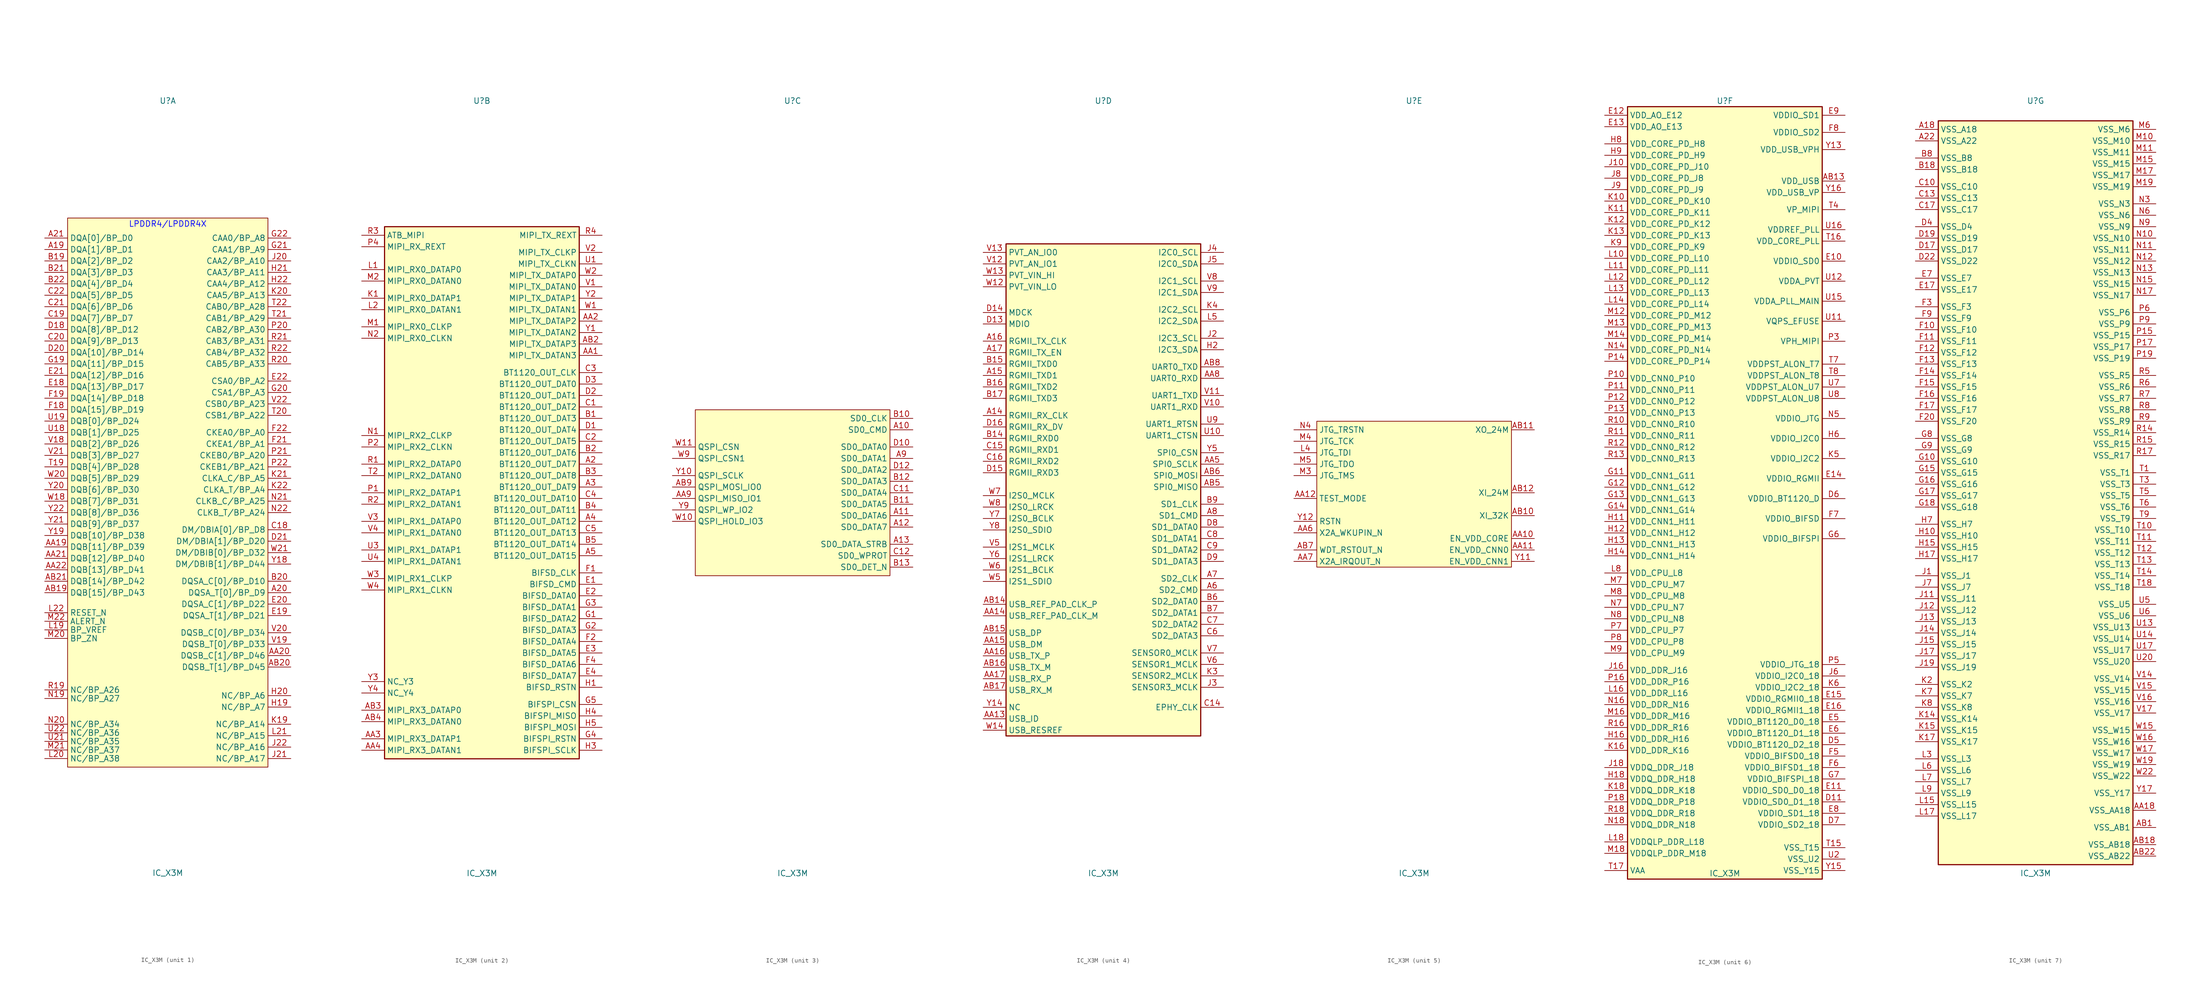
<source format=kicad_sym>
(kicad_symbol_lib
  (version 20241209)
  (generator "kicad_symbol_editor")
  (generator_version "9.0")
  (symbol "IC_X3M"
    (property "Reference" "U"
      (at 0 86.995 0)
      (effects (font (size 1.27 1.27))))
    (property "Value" "IC_X3M"
      (at 0 -84.455 0)
      (effects (font (size 1.27 1.27))))
    (property "ki_locked" ""
      (at 0 0 0)
      (effects (font (size 1.27 1.27))))
    (symbol "IC_X3M_1_0"
      (pin bidirectional line (at -27.305 56.515 0) (length 5.08) (name "DQA[0]/BP_D0" (effects (font (size 1.27 1.27)))) (number "A21" (effects (font (size 1.27 1.27)))))
      (pin bidirectional line (at -27.305 53.975 0) (length 5.08) (name "DQA[1]/BP_D1" (effects (font (size 1.27 1.27)))) (number "A19" (effects (font (size 1.27 1.27)))))
      (pin bidirectional line (at -27.305 51.435 0) (length 5.08) (name "DQA[2]/BP_D2" (effects (font (size 1.27 1.27)))) (number "B19" (effects (font (size 1.27 1.27)))))
      (pin bidirectional line (at -27.305 48.895 0) (length 5.08) (name "DQA[3]/BP_D3" (effects (font (size 1.27 1.27)))) (number "B21" (effects (font (size 1.27 1.27)))))
      (pin bidirectional line (at -27.305 46.355 0) (length 5.08) (name "DQA[4]/BP_D4" (effects (font (size 1.27 1.27)))) (number "B22" (effects (font (size 1.27 1.27)))))
      (pin bidirectional line (at -27.305 43.815 0) (length 5.08) (name "DQA[5]/BP_D5" (effects (font (size 1.27 1.27)))) (number "C22" (effects (font (size 1.27 1.27)))))
      (pin bidirectional line (at -27.305 41.275 0) (length 5.08) (name "DQA[6]/BP_D6" (effects (font (size 1.27 1.27)))) (number "C21" (effects (font (size 1.27 1.27)))))
      (pin bidirectional line (at -27.305 38.735 0) (length 5.08) (name "DQA[7]/BP_D7" (effects (font (size 1.27 1.27)))) (number "C19" (effects (font (size 1.27 1.27)))))
      (pin bidirectional line (at -27.305 36.195 0) (length 5.08) (name "DQA[8]/BP_D12" (effects (font (size 1.27 1.27)))) (number "D18" (effects (font (size 1.27 1.27)))))
      (pin bidirectional line (at -27.305 33.655 0) (length 5.08) (name "DQA[9]/BP_D13" (effects (font (size 1.27 1.27)))) (number "C20" (effects (font (size 1.27 1.27)))))
      (pin bidirectional line (at -27.305 31.115 0) (length 5.08) (name "DQA[10]/BP_D14" (effects (font (size 1.27 1.27)))) (number "D20" (effects (font (size 1.27 1.27)))))
      (pin bidirectional line (at -27.305 28.575 0) (length 5.08) (name "DQA[11]/BP_D15" (effects (font (size 1.27 1.27)))) (number "G19" (effects (font (size 1.27 1.27)))))
      (pin bidirectional line (at -27.305 26.035 0) (length 5.08) (name "DQA[12]/BP_D16" (effects (font (size 1.27 1.27)))) (number "E21" (effects (font (size 1.27 1.27)))))
      (pin bidirectional line (at -27.305 23.495 0) (length 5.08) (name "DQA[13]/BP_D17" (effects (font (size 1.27 1.27)))) (number "E18" (effects (font (size 1.27 1.27)))))
      (pin bidirectional line (at -27.305 20.955 0) (length 5.08) (name "DQA[14]/BP_D18" (effects (font (size 1.27 1.27)))) (number "F19" (effects (font (size 1.27 1.27)))))
      (pin bidirectional line (at -27.305 18.415 0) (length 5.08) (name "DQA[15]/BP_D19" (effects (font (size 1.27 1.27)))) (number "F18" (effects (font (size 1.27 1.27)))))
      (pin bidirectional line (at -27.305 15.875 0) (length 5.08) (name "DQB[0]/BP_D24" (effects (font (size 1.27 1.27)))) (number "U19" (effects (font (size 1.27 1.27)))))
      (pin bidirectional line (at -27.305 13.335 0) (length 5.08) (name "DQB[1]/BP_D25" (effects (font (size 1.27 1.27)))) (number "U18" (effects (font (size 1.27 1.27)))))
      (pin bidirectional line (at -27.305 10.795 0) (length 5.08) (name "DQB[2]/BP_D26" (effects (font (size 1.27 1.27)))) (number "V18" (effects (font (size 1.27 1.27)))))
      (pin bidirectional line (at -27.305 8.255 0) (length 5.08) (name "DQB[3]/BP_D27" (effects (font (size 1.27 1.27)))) (number "V21" (effects (font (size 1.27 1.27)))))
      (pin bidirectional line (at -27.305 5.715 0) (length 5.08) (name "DQB[4]/BP_D28" (effects (font (size 1.27 1.27)))) (number "T19" (effects (font (size 1.27 1.27)))))
      (pin bidirectional line (at -27.305 3.175 0) (length 5.08) (name "DQB[5]/BP_D29" (effects (font (size 1.27 1.27)))) (number "W20" (effects (font (size 1.27 1.27)))))
      (pin bidirectional line (at -27.305 0.635 0) (length 5.08) (name "DQB[6]/BP_D30" (effects (font (size 1.27 1.27)))) (number "Y20" (effects (font (size 1.27 1.27)))))
      (pin bidirectional line (at -27.305 -1.905 0) (length 5.08) (name "DQB[7]/BP_D31" (effects (font (size 1.27 1.27)))) (number "W18" (effects (font (size 1.27 1.27)))))
      (pin bidirectional line (at -27.305 -4.445 0) (length 5.08) (name "DQB[8]/BP_D36" (effects (font (size 1.27 1.27)))) (number "Y22" (effects (font (size 1.27 1.27)))))
      (pin bidirectional line (at -27.305 -6.985 0) (length 5.08) (name "DQB[9]/BP_D37" (effects (font (size 1.27 1.27)))) (number "Y21" (effects (font (size 1.27 1.27)))))
      (pin bidirectional line (at -27.305 -9.525 0) (length 5.08) (name "DQB[10]/BP_D38" (effects (font (size 1.27 1.27)))) (number "Y19" (effects (font (size 1.27 1.27)))))
      (pin bidirectional line (at -27.305 -12.065 0) (length 5.08) (name "DQB[11]/BP_D39" (effects (font (size 1.27 1.27)))) (number "AA19" (effects (font (size 1.27 1.27)))))
      (pin bidirectional line (at -27.305 -14.605 0) (length 5.08) (name "DQB[12]/BP_D40" (effects (font (size 1.27 1.27)))) (number "AA21" (effects (font (size 1.27 1.27)))))
      (pin bidirectional line (at -27.305 -17.145 0) (length 5.08) (name "DQB[13]/BP_D41" (effects (font (size 1.27 1.27)))) (number "AA22" (effects (font (size 1.27 1.27)))))
      (pin bidirectional line (at -27.305 -19.685 0) (length 5.08) (name "DQB[14]/BP_D42" (effects (font (size 1.27 1.27)))) (number "AB21" (effects (font (size 1.27 1.27)))))
      (pin bidirectional line (at -27.305 -22.225 0) (length 5.08) (name "DQB[15]/BP_D43" (effects (font (size 1.27 1.27)))) (number "AB19" (effects (font (size 1.27 1.27)))))
      (pin output line (at -27.305 -26.67 0) (length 5.08) (name "RESET_N" (effects (font (size 1.27 1.27)))) (number "L22" (effects (font (size 1.27 1.27)))))
      (pin bidirectional line (at -27.305 -28.575 0) (length 5.08) (name "ALERT_N" (effects (font (size 1.27 1.27)))) (number "M22" (effects (font (size 1.27 1.27)))))
      (pin bidirectional line (at -27.305 -30.48 0) (length 5.08) (name "BP_VREF" (effects (font (size 1.27 1.27)))) (number "L19" (effects (font (size 1.27 1.27)))))
      (pin output line (at -27.305 -32.385 0) (length 5.08) (name "BP_ZN" (effects (font (size 1.27 1.27)))) (number "M20" (effects (font (size 1.27 1.27)))))
      (pin bidirectional line (at -27.305 -43.815 0) (length 5.08) (name "NC/BP_A26" (effects (font (size 1.27 1.27)))) (number "R19" (effects (font (size 1.27 1.27)))))
      (pin bidirectional line (at -27.305 -45.72 0) (length 5.08) (name "NC/BP_A27" (effects (font (size 1.27 1.27)))) (number "N19" (effects (font (size 1.27 1.27)))))
      (pin bidirectional line (at -27.305 -51.435 0) (length 5.08) (name "NC/BP_A34" (effects (font (size 1.27 1.27)))) (number "N20" (effects (font (size 1.27 1.27)))))
      (pin bidirectional line (at -27.305 -53.34 0) (length 5.08) (name "NC/BP_A36" (effects (font (size 1.27 1.27)))) (number "U22" (effects (font (size 1.27 1.27)))))
      (pin bidirectional line (at -27.305 -55.245 0) (length 5.08) (name "NC/BP_A35" (effects (font (size 1.27 1.27)))) (number "U21" (effects (font (size 1.27 1.27)))))
      (pin bidirectional line (at -27.305 -57.15 0) (length 5.08) (name "NC/BP_A37" (effects (font (size 1.27 1.27)))) (number "M21" (effects (font (size 1.27 1.27)))))
      (pin bidirectional line (at -27.305 -59.055 0) (length 5.08) (name "NC/BP_A38" (effects (font (size 1.27 1.27)))) (number "L20" (effects (font (size 1.27 1.27)))))
      (pin bidirectional line (at 27.305 56.515 180) (length 5.08) (name "CAA0/BP_A8" (effects (font (size 1.27 1.27)))) (number "G22" (effects (font (size 1.27 1.27)))))
      (pin bidirectional line (at 27.305 53.975 180) (length 5.08) (name "CAA1/BP_A9" (effects (font (size 1.27 1.27)))) (number "G21" (effects (font (size 1.27 1.27)))))
      (pin bidirectional line (at 27.305 51.435 180) (length 5.08) (name "CAA2/BP_A10" (effects (font (size 1.27 1.27)))) (number "J20" (effects (font (size 1.27 1.27)))))
      (pin bidirectional line (at 27.305 48.895 180) (length 5.08) (name "CAA3/BP_A11" (effects (font (size 1.27 1.27)))) (number "H21" (effects (font (size 1.27 1.27)))))
      (pin bidirectional line (at 27.305 46.355 180) (length 5.08) (name "CAA4/BP_A12" (effects (font (size 1.27 1.27)))) (number "H22" (effects (font (size 1.27 1.27)))))
      (pin bidirectional line (at 27.305 43.815 180) (length 5.08) (name "CAA5/BP_A13" (effects (font (size 1.27 1.27)))) (number "K20" (effects (font (size 1.27 1.27)))))
      (pin bidirectional line (at 27.305 41.275 180) (length 5.08) (name "CAB0/BP_A28" (effects (font (size 1.27 1.27)))) (number "T22" (effects (font (size 1.27 1.27)))))
      (pin bidirectional line (at 27.305 38.735 180) (length 5.08) (name "CAB1/BP_A29" (effects (font (size 1.27 1.27)))) (number "T21" (effects (font (size 1.27 1.27)))))
      (pin bidirectional line (at 27.305 36.195 180) (length 5.08) (name "CAB2/BP_A30" (effects (font (size 1.27 1.27)))) (number "P20" (effects (font (size 1.27 1.27)))))
      (pin bidirectional line (at 27.305 33.655 180) (length 5.08) (name "CAB3/BP_A31" (effects (font (size 1.27 1.27)))) (number "R21" (effects (font (size 1.27 1.27)))))
      (pin bidirectional line (at 27.305 31.115 180) (length 5.08) (name "CAB4/BP_A32" (effects (font (size 1.27 1.27)))) (number "R22" (effects (font (size 1.27 1.27)))))
      (pin bidirectional line (at 27.305 28.575 180) (length 5.08) (name "CAB5/BP_A33" (effects (font (size 1.27 1.27)))) (number "R20" (effects (font (size 1.27 1.27)))))
      (pin bidirectional line (at 27.305 24.765 180) (length 5.08) (name "CSA0/BP_A2" (effects (font (size 1.27 1.27)))) (number "E22" (effects (font (size 1.27 1.27)))))
      (pin bidirectional line (at 27.305 22.225 180) (length 5.08) (name "CSA1/BP_A3" (effects (font (size 1.27 1.27)))) (number "G20" (effects (font (size 1.27 1.27)))))
      (pin bidirectional line (at 27.305 19.685 180) (length 5.08) (name "CSB0/BP_A23" (effects (font (size 1.27 1.27)))) (number "V22" (effects (font (size 1.27 1.27)))))
      (pin bidirectional line (at 27.305 17.145 180) (length 5.08) (name "CSB1/BP_A22" (effects (font (size 1.27 1.27)))) (number "T20" (effects (font (size 1.27 1.27)))))
      (pin bidirectional line (at 27.305 13.335 180) (length 5.08) (name "CKEA0/BP_A0" (effects (font (size 1.27 1.27)))) (number "F22" (effects (font (size 1.27 1.27)))))
      (pin bidirectional line (at 27.305 10.795 180) (length 5.08) (name "CKEA1/BP_A1" (effects (font (size 1.27 1.27)))) (number "F21" (effects (font (size 1.27 1.27)))))
      (pin bidirectional line (at 27.305 8.255 180) (length 5.08) (name "CKEB0/BP_A20" (effects (font (size 1.27 1.27)))) (number "P21" (effects (font (size 1.27 1.27)))))
      (pin bidirectional line (at 27.305 5.715 180) (length 5.08) (name "CKEB1/BP_A21" (effects (font (size 1.27 1.27)))) (number "P22" (effects (font (size 1.27 1.27)))))
      (pin bidirectional line (at 27.305 3.175 180) (length 5.08) (name "CLKA_C/BP_A5" (effects (font (size 1.27 1.27)))) (number "K21" (effects (font (size 1.27 1.27)))))
      (pin bidirectional line (at 27.305 0.635 180) (length 5.08) (name "CLKA_T/BP_A4" (effects (font (size 1.27 1.27)))) (number "K22" (effects (font (size 1.27 1.27)))))
      (pin bidirectional line (at 27.305 -1.905 180) (length 5.08) (name "CLKB_C/BP_A25" (effects (font (size 1.27 1.27)))) (number "N21" (effects (font (size 1.27 1.27)))))
      (pin bidirectional line (at 27.305 -4.445 180) (length 5.08) (name "CLKB_T/BP_A24" (effects (font (size 1.27 1.27)))) (number "N22" (effects (font (size 1.27 1.27)))))
      (pin bidirectional line (at 27.305 -8.255 180) (length 5.08) (name "DM/DBIA[0]/BP_D8" (effects (font (size 1.27 1.27)))) (number "C18" (effects (font (size 1.27 1.27)))))
      (pin bidirectional line (at 27.305 -10.795 180) (length 5.08) (name "DM/DBIA[1]/BP_D20" (effects (font (size 1.27 1.27)))) (number "D21" (effects (font (size 1.27 1.27)))))
      (pin bidirectional line (at 27.305 -13.335 180) (length 5.08) (name "DM/DBIB[0]/BP_D32" (effects (font (size 1.27 1.27)))) (number "W21" (effects (font (size 1.27 1.27)))))
      (pin bidirectional line (at 27.305 -15.875 180) (length 5.08) (name "DM/DBIB[1]/BP_D44" (effects (font (size 1.27 1.27)))) (number "Y18" (effects (font (size 1.27 1.27)))))
      (pin bidirectional line (at 27.305 -19.685 180) (length 5.08) (name "DQSA_C[0]/BP_D10" (effects (font (size 1.27 1.27)))) (number "B20" (effects (font (size 1.27 1.27)))))
      (pin bidirectional line (at 27.305 -22.225 180) (length 5.08) (name "DQSA_T[0]/BP_D9" (effects (font (size 1.27 1.27)))) (number "A20" (effects (font (size 1.27 1.27)))))
      (pin bidirectional line (at 27.305 -24.765 180) (length 5.08) (name "DQSA_C[1]/BP_D22" (effects (font (size 1.27 1.27)))) (number "E20" (effects (font (size 1.27 1.27)))))
      (pin bidirectional line (at 27.305 -27.305 180) (length 5.08) (name "DQSA_T[1]/BP_D21" (effects (font (size 1.27 1.27)))) (number "E19" (effects (font (size 1.27 1.27)))))
      (pin bidirectional line (at 27.305 -31.115 180) (length 5.08) (name "DQSB_C[0]/BP_D34" (effects (font (size 1.27 1.27)))) (number "V20" (effects (font (size 1.27 1.27)))))
      (pin bidirectional line (at 27.305 -33.655 180) (length 5.08) (name "DQSB_T[0]/BP_D33" (effects (font (size 1.27 1.27)))) (number "V19" (effects (font (size 1.27 1.27)))))
      (pin bidirectional line (at 27.305 -36.195 180) (length 5.08) (name "DQSB_C[1]/BP_D46" (effects (font (size 1.27 1.27)))) (number "AA20" (effects (font (size 1.27 1.27)))))
      (pin bidirectional line (at 27.305 -38.735 180) (length 5.08) (name "DQSB_T[1]/BP_D45" (effects (font (size 1.27 1.27)))) (number "AB20" (effects (font (size 1.27 1.27)))))
      (pin bidirectional line (at 27.305 -45.085 180) (length 5.08) (name "NC/BP_A6" (effects (font (size 1.27 1.27)))) (number "H20" (effects (font (size 1.27 1.27)))))
      (pin bidirectional line (at 27.305 -47.625 180) (length 5.08) (name "NC/BP_A7" (effects (font (size 1.27 1.27)))) (number "H19" (effects (font (size 1.27 1.27)))))
      (pin bidirectional line (at 27.305 -51.435 180) (length 5.08) (name "NC/BP_A14" (effects (font (size 1.27 1.27)))) (number "K19" (effects (font (size 1.27 1.27)))))
      (pin bidirectional line (at 27.305 -53.975 180) (length 5.08) (name "NC/BP_A15" (effects (font (size 1.27 1.27)))) (number "L21" (effects (font (size 1.27 1.27)))))
      (pin bidirectional line (at 27.305 -56.515 180) (length 5.08) (name "NC/BP_A16" (effects (font (size 1.27 1.27)))) (number "J22" (effects (font (size 1.27 1.27)))))
      (pin bidirectional line (at 27.305 -59.055 180) (length 5.08) (name "NC/BP_A17" (effects (font (size 1.27 1.27)))) (number "J21" (effects (font (size 1.27 1.27))))))
    (symbol "IC_X3M_1_1"
      (rectangle (start -22.225 60.96) (end 22.225 -60.96) (stroke (width 0) (type default)) (fill (type background)))
      (text "LPDDR4/LPDDR4X" (at 0 59.69 0) (effects (font (size 1.27 1.27) (color 0 0 255 1)))))
    (symbol "IC_X3M_2_0"
      (pin output line (at -26.67 57.15 0) (length 5.08) (name "ATB_MIPI" (effects (font (size 1.27 1.27)))) (number "R3" (effects (font (size 1.27 1.27)))))
      (pin bidirectional line (at -26.67 54.61 0) (length 5.08) (name "MIPI_RX_REXT" (effects (font (size 1.27 1.27)))) (number "P4" (effects (font (size 1.27 1.27)))))
      (pin input line (at -26.67 49.53 0) (length 5.08) (name "MIPI_RX0_DATAP0" (effects (font (size 1.27 1.27)))) (number "L1" (effects (font (size 1.27 1.27)))))
      (pin input line (at -26.67 46.99 0) (length 5.08) (name "MIPI_RX0_DATAN0" (effects (font (size 1.27 1.27)))) (number "M2" (effects (font (size 1.27 1.27)))))
      (pin input line (at -26.67 43.18 0) (length 5.08) (name "MIPI_RX0_DATAP1" (effects (font (size 1.27 1.27)))) (number "K1" (effects (font (size 1.27 1.27)))))
      (pin input line (at -26.67 40.64 0) (length 5.08) (name "MIPI_RX0_DATAN1" (effects (font (size 1.27 1.27)))) (number "L2" (effects (font (size 1.27 1.27)))))
      (pin input line (at -26.67 36.83 0) (length 5.08) (name "MIPI_RX0_CLKP" (effects (font (size 1.27 1.27)))) (number "M1" (effects (font (size 1.27 1.27)))))
      (pin input line (at -26.67 34.29 0) (length 5.08) (name "MIPI_RX0_CLKN" (effects (font (size 1.27 1.27)))) (number "N2" (effects (font (size 1.27 1.27)))))
      (pin input line (at -26.67 12.7 0) (length 5.08) (name "MIPI_RX2_CLKP" (effects (font (size 1.27 1.27)))) (number "N1" (effects (font (size 1.27 1.27)))))
      (pin input line (at -26.67 10.16 0) (length 5.08) (name "MIPI_RX2_CLKN" (effects (font (size 1.27 1.27)))) (number "P2" (effects (font (size 1.27 1.27)))))
      (pin input line (at -26.67 6.35 0) (length 5.08) (name "MIPI_RX2_DATAP0" (effects (font (size 1.27 1.27)))) (number "R1" (effects (font (size 1.27 1.27)))))
      (pin input line (at -26.67 3.81 0) (length 5.08) (name "MIPI_RX2_DATAN0" (effects (font (size 1.27 1.27)))) (number "T2" (effects (font (size 1.27 1.27)))))
      (pin input line (at -26.67 0 0) (length 5.08) (name "MIPI_RX2_DATAP1" (effects (font (size 1.27 1.27)))) (number "P1" (effects (font (size 1.27 1.27)))))
      (pin input line (at -26.67 -2.54 0) (length 5.08) (name "MIPI_RX2_DATAN1" (effects (font (size 1.27 1.27)))) (number "R2" (effects (font (size 1.27 1.27)))))
      (pin input line (at -26.67 -6.35 0) (length 5.08) (name "MIPI_RX1_DATAP0" (effects (font (size 1.27 1.27)))) (number "V3" (effects (font (size 1.27 1.27)))))
      (pin input line (at -26.67 -8.89 0) (length 5.08) (name "MIPI_RX1_DATAN0" (effects (font (size 1.27 1.27)))) (number "V4" (effects (font (size 1.27 1.27)))))
      (pin input line (at -26.67 -12.7 0) (length 5.08) (name "MIPI_RX1_DATAP1" (effects (font (size 1.27 1.27)))) (number "U3" (effects (font (size 1.27 1.27)))))
      (pin input line (at -26.67 -15.24 0) (length 5.08) (name "MIPI_RX1_DATAN1" (effects (font (size 1.27 1.27)))) (number "U4" (effects (font (size 1.27 1.27)))))
      (pin input line (at -26.67 -19.05 0) (length 5.08) (name "MIPI_RX1_CLKP" (effects (font (size 1.27 1.27)))) (number "W3" (effects (font (size 1.27 1.27)))))
      (pin input line (at -26.67 -21.59 0) (length 5.08) (name "MIPI_RX1_CLKN" (effects (font (size 1.27 1.27)))) (number "W4" (effects (font (size 1.27 1.27)))))
      (pin input line (at -26.67 -41.91 0) (length 5.08) (name "NC_Y3" (effects (font (size 1.27 1.27)))) (number "Y3" (effects (font (size 1.27 1.27)))))
      (pin input line (at -26.67 -44.45 0) (length 5.08) (name "NC_Y4" (effects (font (size 1.27 1.27)))) (number "Y4" (effects (font (size 1.27 1.27)))))
      (pin input line (at -26.67 -48.26 0) (length 5.08) (name "MIPI_RX3_DATAP0" (effects (font (size 1.27 1.27)))) (number "AB3" (effects (font (size 1.27 1.27)))))
      (pin input line (at -26.67 -50.8 0) (length 5.08) (name "MIPI_RX3_DATAN0" (effects (font (size 1.27 1.27)))) (number "AB4" (effects (font (size 1.27 1.27)))))
      (pin input line (at -26.67 -54.61 0) (length 5.08) (name "MIPI_RX3_DATAP1" (effects (font (size 1.27 1.27)))) (number "AA3" (effects (font (size 1.27 1.27)))))
      (pin input line (at -26.67 -57.15 0) (length 5.08) (name "MIPI_RX3_DATAN1" (effects (font (size 1.27 1.27)))) (number "AA4" (effects (font (size 1.27 1.27)))))
      (pin bidirectional line (at 26.67 57.15 180) (length 5.08) (name "MIPI_TX_REXT" (effects (font (size 1.27 1.27)))) (number "R4" (effects (font (size 1.27 1.27)))))
      (pin output line (at 26.67 53.34 180) (length 5.08) (name "MIPI_TX_CLKP" (effects (font (size 1.27 1.27)))) (number "V2" (effects (font (size 1.27 1.27)))))
      (pin output line (at 26.67 50.8 180) (length 5.08) (name "MIPI_TX_CLKN" (effects (font (size 1.27 1.27)))) (number "U1" (effects (font (size 1.27 1.27)))))
      (pin output line (at 26.67 48.26 180) (length 5.08) (name "MIPI_TX_DATAP0" (effects (font (size 1.27 1.27)))) (number "W2" (effects (font (size 1.27 1.27)))))
      (pin output line (at 26.67 45.72 180) (length 5.08) (name "MIPI_TX_DATAN0" (effects (font (size 1.27 1.27)))) (number "V1" (effects (font (size 1.27 1.27)))))
      (pin output line (at 26.67 43.18 180) (length 5.08) (name "MIPI_TX_DATAP1" (effects (font (size 1.27 1.27)))) (number "Y2" (effects (font (size 1.27 1.27)))))
      (pin output line (at 26.67 40.64 180) (length 5.08) (name "MIPI_TX_DATAN1" (effects (font (size 1.27 1.27)))) (number "W1" (effects (font (size 1.27 1.27)))))
      (pin output line (at 26.67 38.1 180) (length 5.08) (name "MIPI_TX_DATAP2" (effects (font (size 1.27 1.27)))) (number "AA2" (effects (font (size 1.27 1.27)))))
      (pin output line (at 26.67 35.56 180) (length 5.08) (name "MIPI_TX_DATAN2" (effects (font (size 1.27 1.27)))) (number "Y1" (effects (font (size 1.27 1.27)))))
      (pin output line (at 26.67 33.02 180) (length 5.08) (name "MIPI_TX_DATAP3" (effects (font (size 1.27 1.27)))) (number "AB2" (effects (font (size 1.27 1.27)))))
      (pin output line (at 26.67 30.48 180) (length 5.08) (name "MIPI_TX_DATAN3" (effects (font (size 1.27 1.27)))) (number "AA1" (effects (font (size 1.27 1.27)))))
      (pin bidirectional line (at 26.67 26.67 180) (length 5.08) (name "BT1120_OUT_CLK" (effects (font (size 1.27 1.27)))) (number "C3" (effects (font (size 1.27 1.27)))))
      (pin bidirectional line (at 26.67 24.13 180) (length 5.08) (name "BT1120_OUT_DAT0" (effects (font (size 1.27 1.27)))) (number "D3" (effects (font (size 1.27 1.27)))))
      (pin bidirectional line (at 26.67 21.59 180) (length 5.08) (name "BT1120_OUT_DAT1" (effects (font (size 1.27 1.27)))) (number "D2" (effects (font (size 1.27 1.27)))))
      (pin bidirectional line (at 26.67 19.05 180) (length 5.08) (name "BT1120_OUT_DAT2" (effects (font (size 1.27 1.27)))) (number "C1" (effects (font (size 1.27 1.27)))))
      (pin bidirectional line (at 26.67 16.51 180) (length 5.08) (name "BT1120_OUT_DAT3" (effects (font (size 1.27 1.27)))) (number "B1" (effects (font (size 1.27 1.27)))))
      (pin bidirectional line (at 26.67 13.97 180) (length 5.08) (name "BT1120_OUT_DAT4" (effects (font (size 1.27 1.27)))) (number "D1" (effects (font (size 1.27 1.27)))))
      (pin bidirectional line (at 26.67 11.43 180) (length 5.08) (name "BT1120_OUT_DAT5" (effects (font (size 1.27 1.27)))) (number "C2" (effects (font (size 1.27 1.27)))))
      (pin bidirectional line (at 26.67 8.89 180) (length 5.08) (name "BT1120_OUT_DAT6" (effects (font (size 1.27 1.27)))) (number "B2" (effects (font (size 1.27 1.27)))))
      (pin bidirectional line (at 26.67 6.35 180) (length 5.08) (name "BT1120_OUT_DAT7" (effects (font (size 1.27 1.27)))) (number "A2" (effects (font (size 1.27 1.27)))))
      (pin bidirectional line (at 26.67 3.81 180) (length 5.08) (name "BT1120_OUT_DAT8" (effects (font (size 1.27 1.27)))) (number "B3" (effects (font (size 1.27 1.27)))))
      (pin bidirectional line (at 26.67 1.27 180) (length 5.08) (name "BT1120_OUT_DAT9" (effects (font (size 1.27 1.27)))) (number "A3" (effects (font (size 1.27 1.27)))))
      (pin bidirectional line (at 26.67 -1.27 180) (length 5.08) (name "BT1120_OUT_DAT10" (effects (font (size 1.27 1.27)))) (number "C4" (effects (font (size 1.27 1.27)))))
      (pin bidirectional line (at 26.67 -3.81 180) (length 5.08) (name "BT1120_OUT_DAT11" (effects (font (size 1.27 1.27)))) (number "B4" (effects (font (size 1.27 1.27)))))
      (pin bidirectional line (at 26.67 -6.35 180) (length 5.08) (name "BT1120_OUT_DAT12" (effects (font (size 1.27 1.27)))) (number "A4" (effects (font (size 1.27 1.27)))))
      (pin bidirectional line (at 26.67 -8.89 180) (length 5.08) (name "BT1120_OUT_DAT13" (effects (font (size 1.27 1.27)))) (number "C5" (effects (font (size 1.27 1.27)))))
      (pin bidirectional line (at 26.67 -11.43 180) (length 5.08) (name "BT1120_OUT_DAT14" (effects (font (size 1.27 1.27)))) (number "B5" (effects (font (size 1.27 1.27)))))
      (pin bidirectional line (at 26.67 -13.97 180) (length 5.08) (name "BT1120_OUT_DAT15" (effects (font (size 1.27 1.27)))) (number "A5" (effects (font (size 1.27 1.27)))))
      (pin bidirectional line (at 26.67 -17.78 180) (length 5.08) (name "BIFSD_CLK" (effects (font (size 1.27 1.27)))) (number "F1" (effects (font (size 1.27 1.27)))))
      (pin bidirectional line (at 26.67 -20.32 180) (length 5.08) (name "BIFSD_CMD" (effects (font (size 1.27 1.27)))) (number "E1" (effects (font (size 1.27 1.27)))))
      (pin bidirectional line (at 26.67 -22.86 180) (length 5.08) (name "BIFSD_DATA0" (effects (font (size 1.27 1.27)))) (number "E2" (effects (font (size 1.27 1.27)))))
      (pin bidirectional line (at 26.67 -25.4 180) (length 5.08) (name "BIFSD_DATA1" (effects (font (size 1.27 1.27)))) (number "G3" (effects (font (size 1.27 1.27)))))
      (pin bidirectional line (at 26.67 -27.94 180) (length 5.08) (name "BIFSD_DATA2" (effects (font (size 1.27 1.27)))) (number "G1" (effects (font (size 1.27 1.27)))))
      (pin bidirectional line (at 26.67 -30.48 180) (length 5.08) (name "BIFSD_DATA3" (effects (font (size 1.27 1.27)))) (number "G2" (effects (font (size 1.27 1.27)))))
      (pin bidirectional line (at 26.67 -33.02 180) (length 5.08) (name "BIFSD_DATA4" (effects (font (size 1.27 1.27)))) (number "F2" (effects (font (size 1.27 1.27)))))
      (pin bidirectional line (at 26.67 -35.56 180) (length 5.08) (name "BIFSD_DATA5" (effects (font (size 1.27 1.27)))) (number "E3" (effects (font (size 1.27 1.27)))))
      (pin bidirectional line (at 26.67 -38.1 180) (length 5.08) (name "BIFSD_DATA6" (effects (font (size 1.27 1.27)))) (number "F4" (effects (font (size 1.27 1.27)))))
      (pin bidirectional line (at 26.67 -40.64 180) (length 5.08) (name "BIFSD_DATA7" (effects (font (size 1.27 1.27)))) (number "E4" (effects (font (size 1.27 1.27)))))
      (pin bidirectional line (at 26.67 -43.18 180) (length 5.08) (name "BIFSD_RSTN" (effects (font (size 1.27 1.27)))) (number "H1" (effects (font (size 1.27 1.27)))))
      (pin bidirectional line (at 26.67 -46.99 180) (length 5.08) (name "BIFSPI_CSN" (effects (font (size 1.27 1.27)))) (number "G5" (effects (font (size 1.27 1.27)))))
      (pin bidirectional line (at 26.67 -49.53 180) (length 5.08) (name "BIFSPI_MISO" (effects (font (size 1.27 1.27)))) (number "H4" (effects (font (size 1.27 1.27)))))
      (pin bidirectional line (at 26.67 -52.07 180) (length 5.08) (name "BIFSPI_MOSI" (effects (font (size 1.27 1.27)))) (number "H5" (effects (font (size 1.27 1.27)))))
      (pin bidirectional line (at 26.67 -54.61 180) (length 5.08) (name "BIFSPI_RSTN" (effects (font (size 1.27 1.27)))) (number "G4" (effects (font (size 1.27 1.27)))))
      (pin bidirectional line (at 26.67 -57.15 180) (length 5.08) (name "BIFSPI_SCLK" (effects (font (size 1.27 1.27)))) (number "H3" (effects (font (size 1.27 1.27))))))
    (symbol "IC_X3M_2_1"
      (rectangle (start -21.59 59.055) (end 21.59 -59.055) (stroke (width 0.254) (type default)) (fill (type background))))
    (symbol "IC_X3M_3_0"
      (pin bidirectional line (at -26.67 10.16 0) (length 5.08) (name "QSPI_CSN" (effects (font (size 1.27 1.27)))) (number "W11" (effects (font (size 1.27 1.27)))))
      (pin bidirectional line (at -26.67 7.62 0) (length 5.08) (name "QSPI_CSN1" (effects (font (size 1.27 1.27)))) (number "W9" (effects (font (size 1.27 1.27)))))
      (pin bidirectional line (at -26.67 3.81 0) (length 5.08) (name "QSPI_SCLK" (effects (font (size 1.27 1.27)))) (number "Y10" (effects (font (size 1.27 1.27)))))
      (pin bidirectional line (at -26.67 1.27 0) (length 5.08) (name "QSPI_MOSI_IO0" (effects (font (size 1.27 1.27)))) (number "AB9" (effects (font (size 1.27 1.27)))))
      (pin bidirectional line (at -26.67 -1.27 0) (length 5.08) (name "QSPI_MISO_IO1" (effects (font (size 1.27 1.27)))) (number "AA9" (effects (font (size 1.27 1.27)))))
      (pin bidirectional line (at -26.67 -3.81 0) (length 5.08) (name "QSPI_WP_IO2" (effects (font (size 1.27 1.27)))) (number "Y9" (effects (font (size 1.27 1.27)))))
      (pin bidirectional line (at -26.67 -6.35 0) (length 5.08) (name "QSPI_HOLD_IO3" (effects (font (size 1.27 1.27)))) (number "W10" (effects (font (size 1.27 1.27)))))
      (pin bidirectional line (at 26.67 16.51 180) (length 5.08) (name "SD0_CLK" (effects (font (size 1.27 1.27)))) (number "B10" (effects (font (size 1.27 1.27)))))
      (pin bidirectional line (at 26.67 13.97 180) (length 5.08) (name "SD0_CMD" (effects (font (size 1.27 1.27)))) (number "A10" (effects (font (size 1.27 1.27)))))
      (pin bidirectional line (at 26.67 10.16 180) (length 5.08) (name "SD0_DATA0" (effects (font (size 1.27 1.27)))) (number "D10" (effects (font (size 1.27 1.27)))))
      (pin bidirectional line (at 26.67 7.62 180) (length 5.08) (name "SD0_DATA1" (effects (font (size 1.27 1.27)))) (number "A9" (effects (font (size 1.27 1.27)))))
      (pin bidirectional line (at 26.67 5.08 180) (length 5.08) (name "SD0_DATA2" (effects (font (size 1.27 1.27)))) (number "D12" (effects (font (size 1.27 1.27)))))
      (pin bidirectional line (at 26.67 2.54 180) (length 5.08) (name "SD0_DATA3" (effects (font (size 1.27 1.27)))) (number "B12" (effects (font (size 1.27 1.27)))))
      (pin bidirectional line (at 26.67 0 180) (length 5.08) (name "SD0_DATA4" (effects (font (size 1.27 1.27)))) (number "C11" (effects (font (size 1.27 1.27)))))
      (pin bidirectional line (at 26.67 -2.54 180) (length 5.08) (name "SD0_DATA5" (effects (font (size 1.27 1.27)))) (number "B11" (effects (font (size 1.27 1.27)))))
      (pin bidirectional line (at 26.67 -5.08 180) (length 5.08) (name "SD0_DATA6" (effects (font (size 1.27 1.27)))) (number "A11" (effects (font (size 1.27 1.27)))))
      (pin bidirectional line (at 26.67 -7.62 180) (length 5.08) (name "SD0_DATA7" (effects (font (size 1.27 1.27)))) (number "A12" (effects (font (size 1.27 1.27)))))
      (pin bidirectional line (at 26.67 -11.43 180) (length 5.08) (name "SD0_DATA_STRB" (effects (font (size 1.27 1.27)))) (number "A13" (effects (font (size 1.27 1.27)))))
      (pin bidirectional line (at 26.67 -13.97 180) (length 5.08) (name "SD0_WPROT" (effects (font (size 1.27 1.27)))) (number "C12" (effects (font (size 1.27 1.27)))))
      (pin bidirectional line (at 26.67 -16.51 180) (length 5.08) (name "SD0_DET_N" (effects (font (size 1.27 1.27)))) (number "B13" (effects (font (size 1.27 1.27))))))
    (symbol "IC_X3M_3_1"
      (rectangle (start -21.59 18.415) (end 21.59 -18.415) (stroke (width 0) (type default)) (fill (type background))))
    (symbol "IC_X3M_4_0"
      (pin bidirectional line (at -26.67 53.34 0) (length 5.08) (name "PVT_AN_IO0" (effects (font (size 1.27 1.27)))) (number "V13" (effects (font (size 1.27 1.27)))))
      (pin bidirectional line (at -26.67 50.8 0) (length 5.08) (name "PVT_AN_IO1" (effects (font (size 1.27 1.27)))) (number "V12" (effects (font (size 1.27 1.27)))))
      (pin bidirectional line (at -26.67 48.26 0) (length 5.08) (name "PVT_VIN_HI" (effects (font (size 1.27 1.27)))) (number "W13" (effects (font (size 1.27 1.27)))))
      (pin bidirectional line (at -26.67 45.72 0) (length 5.08) (name "PVT_VIN_LO" (effects (font (size 1.27 1.27)))) (number "W12" (effects (font (size 1.27 1.27)))))
      (pin bidirectional line (at -26.67 40.005 0) (length 5.08) (name "MDCK" (effects (font (size 1.27 1.27)))) (number "D14" (effects (font (size 1.27 1.27)))))
      (pin bidirectional line (at -26.67 37.465 0) (length 5.08) (name "MDIO" (effects (font (size 1.27 1.27)))) (number "D13" (effects (font (size 1.27 1.27)))))
      (pin bidirectional line (at -26.67 33.655 0) (length 5.08) (name "RGMII_TX_CLK" (effects (font (size 1.27 1.27)))) (number "A16" (effects (font (size 1.27 1.27)))))
      (pin bidirectional line (at -26.67 31.115 0) (length 5.08) (name "RGMII_TX_EN" (effects (font (size 1.27 1.27)))) (number "A17" (effects (font (size 1.27 1.27)))))
      (pin bidirectional line (at -26.67 28.575 0) (length 5.08) (name "RGMII_TXD0" (effects (font (size 1.27 1.27)))) (number "B15" (effects (font (size 1.27 1.27)))))
      (pin bidirectional line (at -26.67 26.035 0) (length 5.08) (name "RGMII_TXD1" (effects (font (size 1.27 1.27)))) (number "A15" (effects (font (size 1.27 1.27)))))
      (pin bidirectional line (at -26.67 23.495 0) (length 5.08) (name "RGMII_TXD2" (effects (font (size 1.27 1.27)))) (number "B16" (effects (font (size 1.27 1.27)))))
      (pin bidirectional line (at -26.67 20.955 0) (length 5.08) (name "RGMII_TXD3" (effects (font (size 1.27 1.27)))) (number "B17" (effects (font (size 1.27 1.27)))))
      (pin bidirectional line (at -26.67 17.145 0) (length 5.08) (name "RGMII_RX_CLK" (effects (font (size 1.27 1.27)))) (number "A14" (effects (font (size 1.27 1.27)))))
      (pin bidirectional line (at -26.67 14.605 0) (length 5.08) (name "RGMII_RX_DV" (effects (font (size 1.27 1.27)))) (number "D16" (effects (font (size 1.27 1.27)))))
      (pin bidirectional line (at -26.67 12.065 0) (length 5.08) (name "RGMII_RXD0" (effects (font (size 1.27 1.27)))) (number "B14" (effects (font (size 1.27 1.27)))))
      (pin bidirectional line (at -26.67 9.525 0) (length 5.08) (name "RGMII_RXD1" (effects (font (size 1.27 1.27)))) (number "C15" (effects (font (size 1.27 1.27)))))
      (pin bidirectional line (at -26.67 6.985 0) (length 5.08) (name "RGMII_RXD2" (effects (font (size 1.27 1.27)))) (number "C16" (effects (font (size 1.27 1.27)))))
      (pin bidirectional line (at -26.67 4.445 0) (length 5.08) (name "RGMII_RXD3" (effects (font (size 1.27 1.27)))) (number "D15" (effects (font (size 1.27 1.27)))))
      (pin bidirectional line (at -26.67 -0.635 0) (length 5.08) (name "I2S0_MCLK" (effects (font (size 1.27 1.27)))) (number "W7" (effects (font (size 1.27 1.27)))))
      (pin bidirectional line (at -26.67 -3.175 0) (length 5.08) (name "I2S0_LRCK" (effects (font (size 1.27 1.27)))) (number "W8" (effects (font (size 1.27 1.27)))))
      (pin bidirectional line (at -26.67 -5.715 0) (length 5.08) (name "I2S0_BCLK" (effects (font (size 1.27 1.27)))) (number "Y7" (effects (font (size 1.27 1.27)))))
      (pin bidirectional line (at -26.67 -8.255 0) (length 5.08) (name "I2S0_SDIO" (effects (font (size 1.27 1.27)))) (number "Y8" (effects (font (size 1.27 1.27)))))
      (pin bidirectional line (at -26.67 -12.065 0) (length 5.08) (name "I2S1_MCLK" (effects (font (size 1.27 1.27)))) (number "V5" (effects (font (size 1.27 1.27)))))
      (pin bidirectional line (at -26.67 -14.605 0) (length 5.08) (name "I2S1_LRCK" (effects (font (size 1.27 1.27)))) (number "Y6" (effects (font (size 1.27 1.27)))))
      (pin bidirectional line (at -26.67 -17.145 0) (length 5.08) (name "I2S1_BCLK" (effects (font (size 1.27 1.27)))) (number "W6" (effects (font (size 1.27 1.27)))))
      (pin bidirectional line (at -26.67 -19.685 0) (length 5.08) (name "I2S1_SDIO" (effects (font (size 1.27 1.27)))) (number "W5" (effects (font (size 1.27 1.27)))))
      (pin bidirectional line (at -26.67 -24.765 0) (length 5.08) (name "USB_REF_PAD_CLK_P" (effects (font (size 1.27 1.27)))) (number "AB14" (effects (font (size 1.27 1.27)))))
      (pin bidirectional line (at -26.67 -27.305 0) (length 5.08) (name "USB_REF_PAD_CLK_M" (effects (font (size 1.27 1.27)))) (number "AA14" (effects (font (size 1.27 1.27)))))
      (pin bidirectional line (at -26.67 -31.115 0) (length 5.08) (name "USB_DP" (effects (font (size 1.27 1.27)))) (number "AB15" (effects (font (size 1.27 1.27)))))
      (pin bidirectional line (at -26.67 -33.655 0) (length 5.08) (name "USB_DM" (effects (font (size 1.27 1.27)))) (number "AA15" (effects (font (size 1.27 1.27)))))
      (pin output line (at -26.67 -36.195 0) (length 5.08) (name "USB_TX_P" (effects (font (size 1.27 1.27)))) (number "AA16" (effects (font (size 1.27 1.27)))))
      (pin output line (at -26.67 -38.735 0) (length 5.08) (name "USB_TX_M" (effects (font (size 1.27 1.27)))) (number "AB16" (effects (font (size 1.27 1.27)))))
      (pin input line (at -26.67 -41.275 0) (length 5.08) (name "USB_RX_P" (effects (font (size 1.27 1.27)))) (number "AA17" (effects (font (size 1.27 1.27)))))
      (pin input line (at -26.67 -43.815 0) (length 5.08) (name "USB_RX_M" (effects (font (size 1.27 1.27)))) (number "AB17" (effects (font (size 1.27 1.27)))))
      (pin bidirectional line (at -26.67 -47.625 0) (length 5.08) (name "NC" (effects (font (size 1.27 1.27)))) (number "Y14" (effects (font (size 1.27 1.27)))))
      (pin bidirectional line (at -26.67 -50.165 0) (length 5.08) (name "USB_ID" (effects (font (size 1.27 1.27)))) (number "AA13" (effects (font (size 1.27 1.27)))))
      (pin bidirectional line (at -26.67 -52.705 0) (length 5.08) (name "USB_RESREF" (effects (font (size 1.27 1.27)))) (number "W14" (effects (font (size 1.27 1.27)))))
      (pin bidirectional line (at 26.67 53.34 180) (length 5.08) (name "I2C0_SCL" (effects (font (size 1.27 1.27)))) (number "J4" (effects (font (size 1.27 1.27)))))
      (pin bidirectional line (at 26.67 50.8 180) (length 5.08) (name "I2C0_SDA" (effects (font (size 1.27 1.27)))) (number "J5" (effects (font (size 1.27 1.27)))))
      (pin bidirectional line (at 26.67 46.99 180) (length 5.08) (name "I2C1_SCL" (effects (font (size 1.27 1.27)))) (number "V8" (effects (font (size 1.27 1.27)))))
      (pin bidirectional line (at 26.67 44.45 180) (length 5.08) (name "I2C1_SDA" (effects (font (size 1.27 1.27)))) (number "V9" (effects (font (size 1.27 1.27)))))
      (pin bidirectional line (at 26.67 40.64 180) (length 5.08) (name "I2C2_SCL" (effects (font (size 1.27 1.27)))) (number "K4" (effects (font (size 1.27 1.27)))))
      (pin bidirectional line (at 26.67 38.1 180) (length 5.08) (name "I2C2_SDA" (effects (font (size 1.27 1.27)))) (number "L5" (effects (font (size 1.27 1.27)))))
      (pin bidirectional line (at 26.67 34.29 180) (length 5.08) (name "I2C3_SCL" (effects (font (size 1.27 1.27)))) (number "J2" (effects (font (size 1.27 1.27)))))
      (pin bidirectional line (at 26.67 31.75 180) (length 5.08) (name "I2C3_SDA" (effects (font (size 1.27 1.27)))) (number "H2" (effects (font (size 1.27 1.27)))))
      (pin bidirectional line (at 26.67 27.94 180) (length 5.08) (name "UART0_TXD" (effects (font (size 1.27 1.27)))) (number "AB8" (effects (font (size 1.27 1.27)))))
      (pin bidirectional line (at 26.67 25.4 180) (length 5.08) (name "UART0_RXD" (effects (font (size 1.27 1.27)))) (number "AA8" (effects (font (size 1.27 1.27)))))
      (pin bidirectional line (at 26.67 21.59 180) (length 5.08) (name "UART1_TXD" (effects (font (size 1.27 1.27)))) (number "V11" (effects (font (size 1.27 1.27)))))
      (pin bidirectional line (at 26.67 19.05 180) (length 5.08) (name "UART1_RXD" (effects (font (size 1.27 1.27)))) (number "V10" (effects (font (size 1.27 1.27)))))
      (pin bidirectional line (at 26.67 15.24 180) (length 5.08) (name "UART1_RTSN" (effects (font (size 1.27 1.27)))) (number "U9" (effects (font (size 1.27 1.27)))))
      (pin bidirectional line (at 26.67 12.7 180) (length 5.08) (name "UART1_CTSN" (effects (font (size 1.27 1.27)))) (number "U10" (effects (font (size 1.27 1.27)))))
      (pin bidirectional line (at 26.67 8.89 180) (length 5.08) (name "SPI0_CSN" (effects (font (size 1.27 1.27)))) (number "Y5" (effects (font (size 1.27 1.27)))))
      (pin bidirectional line (at 26.67 6.35 180) (length 5.08) (name "SPI0_SCLK" (effects (font (size 1.27 1.27)))) (number "AA5" (effects (font (size 1.27 1.27)))))
      (pin bidirectional line (at 26.67 3.81 180) (length 5.08) (name "SPI0_MOSI" (effects (font (size 1.27 1.27)))) (number "AB6" (effects (font (size 1.27 1.27)))))
      (pin bidirectional line (at 26.67 1.27 180) (length 5.08) (name "SPI0_MISO" (effects (font (size 1.27 1.27)))) (number "AB5" (effects (font (size 1.27 1.27)))))
      (pin bidirectional line (at 26.67 -2.54 180) (length 5.08) (name "SD1_CLK" (effects (font (size 1.27 1.27)))) (number "B9" (effects (font (size 1.27 1.27)))))
      (pin bidirectional line (at 26.67 -5.08 180) (length 5.08) (name "SD1_CMD" (effects (font (size 1.27 1.27)))) (number "A8" (effects (font (size 1.27 1.27)))))
      (pin bidirectional line (at 26.67 -7.62 180) (length 5.08) (name "SD1_DATA0" (effects (font (size 1.27 1.27)))) (number "D8" (effects (font (size 1.27 1.27)))))
      (pin bidirectional line (at 26.67 -10.16 180) (length 5.08) (name "SD1_DATA1" (effects (font (size 1.27 1.27)))) (number "C8" (effects (font (size 1.27 1.27)))))
      (pin bidirectional line (at 26.67 -12.7 180) (length 5.08) (name "SD1_DATA2" (effects (font (size 1.27 1.27)))) (number "C9" (effects (font (size 1.27 1.27)))))
      (pin bidirectional line (at 26.67 -15.24 180) (length 5.08) (name "SD1_DATA3" (effects (font (size 1.27 1.27)))) (number "D9" (effects (font (size 1.27 1.27)))))
      (pin bidirectional line (at 26.67 -19.05 180) (length 5.08) (name "SD2_CLK" (effects (font (size 1.27 1.27)))) (number "A7" (effects (font (size 1.27 1.27)))))
      (pin bidirectional line (at 26.67 -21.59 180) (length 5.08) (name "SD2_CMD" (effects (font (size 1.27 1.27)))) (number "A6" (effects (font (size 1.27 1.27)))))
      (pin bidirectional line (at 26.67 -24.13 180) (length 5.08) (name "SD2_DATA0" (effects (font (size 1.27 1.27)))) (number "B6" (effects (font (size 1.27 1.27)))))
      (pin bidirectional line (at 26.67 -26.67 180) (length 5.08) (name "SD2_DATA1" (effects (font (size 1.27 1.27)))) (number "B7" (effects (font (size 1.27 1.27)))))
      (pin bidirectional line (at 26.67 -29.21 180) (length 5.08) (name "SD2_DATA2" (effects (font (size 1.27 1.27)))) (number "C7" (effects (font (size 1.27 1.27)))))
      (pin bidirectional line (at 26.67 -31.75 180) (length 5.08) (name "SD2_DATA3" (effects (font (size 1.27 1.27)))) (number "C6" (effects (font (size 1.27 1.27)))))
      (pin bidirectional line (at 26.67 -35.56 180) (length 5.08) (name "SENSOR0_MCLK" (effects (font (size 1.27 1.27)))) (number "V7" (effects (font (size 1.27 1.27)))))
      (pin bidirectional line (at 26.67 -38.1 180) (length 5.08) (name "SENSOR1_MCLK" (effects (font (size 1.27 1.27)))) (number "V6" (effects (font (size 1.27 1.27)))))
      (pin bidirectional line (at 26.67 -40.64 180) (length 5.08) (name "SENSOR2_MCLK" (effects (font (size 1.27 1.27)))) (number "K3" (effects (font (size 1.27 1.27)))))
      (pin bidirectional line (at 26.67 -43.18 180) (length 5.08) (name "SENSOR3_MCLK" (effects (font (size 1.27 1.27)))) (number "J3" (effects (font (size 1.27 1.27)))))
      (pin bidirectional line (at 26.67 -47.625 180) (length 5.08) (name "EPHY_CLK" (effects (font (size 1.27 1.27)))) (number "C14" (effects (font (size 1.27 1.27))))))
    (symbol "IC_X3M_4_1"
      (rectangle (start -21.59 55.245) (end 21.59 -53.975) (stroke (width 0.254) (type default)) (fill (type background))))
    (symbol "IC_X3M_5_0"
      (pin bidirectional line (at -26.67 13.97 0) (length 5.08) (name "JTG_TRSTN" (effects (font (size 1.27 1.27)))) (number "N4" (effects (font (size 1.27 1.27)))))
      (pin bidirectional line (at -26.67 11.43 0) (length 5.08) (name "JTG_TCK" (effects (font (size 1.27 1.27)))) (number "M4" (effects (font (size 1.27 1.27)))))
      (pin bidirectional line (at -26.67 8.89 0) (length 5.08) (name "JTG_TDI" (effects (font (size 1.27 1.27)))) (number "L4" (effects (font (size 1.27 1.27)))))
      (pin bidirectional line (at -26.67 6.35 0) (length 5.08) (name "JTG_TDO" (effects (font (size 1.27 1.27)))) (number "M5" (effects (font (size 1.27 1.27)))))
      (pin bidirectional line (at -26.67 3.81 0) (length 5.08) (name "JTG_TMS" (effects (font (size 1.27 1.27)))) (number "M3" (effects (font (size 1.27 1.27)))))
      (pin input line (at -26.67 -1.27 0) (length 5.08) (name "TEST_MODE" (effects (font (size 1.27 1.27)))) (number "AA12" (effects (font (size 1.27 1.27)))))
      (pin input line (at -26.67 -6.35 0) (length 5.08) (name "RSTN" (effects (font (size 1.27 1.27)))) (number "Y12" (effects (font (size 1.27 1.27)))))
      (pin bidirectional line (at -26.67 -8.89 0) (length 5.08) (name "X2A_WKUPIN_N" (effects (font (size 1.27 1.27)))) (number "AA6" (effects (font (size 1.27 1.27)))))
      (pin bidirectional line (at -26.67 -12.7 0) (length 5.08) (name "WDT_RSTOUT_N" (effects (font (size 1.27 1.27)))) (number "AB7" (effects (font (size 1.27 1.27)))))
      (pin bidirectional line (at -26.67 -15.24 0) (length 5.08) (name "X2A_IRQOUT_N" (effects (font (size 1.27 1.27)))) (number "AA7" (effects (font (size 1.27 1.27)))))
      (pin output line (at 26.67 13.97 180) (length 5.08) (name "XO_24M" (effects (font (size 1.27 1.27)))) (number "AB11" (effects (font (size 1.27 1.27)))))
      (pin input line (at 26.67 0 180) (length 5.08) (name "XI_24M" (effects (font (size 1.27 1.27)))) (number "AB12" (effects (font (size 1.27 1.27)))))
      (pin input line (at 26.67 -5.08 180) (length 5.08) (name "XI_32K" (effects (font (size 1.27 1.27)))) (number "AB10" (effects (font (size 1.27 1.27)))))
      (pin bidirectional line (at 26.67 -10.16 180) (length 5.08) (name "EN_VDD_CORE" (effects (font (size 1.27 1.27)))) (number "AA10" (effects (font (size 1.27 1.27)))))
      (pin bidirectional line (at 26.67 -12.7 180) (length 5.08) (name "EN_VDD_CNN0" (effects (font (size 1.27 1.27)))) (number "AA11" (effects (font (size 1.27 1.27)))))
      (pin bidirectional line (at 26.67 -15.24 180) (length 5.08) (name "EN_VDD_CNN1" (effects (font (size 1.27 1.27)))) (number "Y11" (effects (font (size 1.27 1.27))))))
    (symbol "IC_X3M_5_1"
      (rectangle (start -21.59 15.875) (end 21.59 -16.51) (stroke (width 0) (type default)) (fill (type background))))
    (symbol "IC_X3M_6_0"
      (pin passive line (at -26.67 83.82 0) (length 5.08) (name "VDD_AO_E12" (effects (font (size 1.27 1.27)))) (number "E12" (effects (font (size 1.27 1.27)))))
      (pin passive line (at -26.67 81.28 0) (length 5.08) (name "VDD_AO_E13" (effects (font (size 1.27 1.27)))) (number "E13" (effects (font (size 1.27 1.27)))))
      (pin passive line (at -26.67 77.47 0) (length 5.08) (name "VDD_CORE_PD_H8" (effects (font (size 1.27 1.27)))) (number "H8" (effects (font (size 1.27 1.27)))))
      (pin passive line (at -26.67 74.93 0) (length 5.08) (name "VDD_CORE_PD_H9" (effects (font (size 1.27 1.27)))) (number "H9" (effects (font (size 1.27 1.27)))))
      (pin passive line (at -26.67 72.39 0) (length 5.08) (name "VDD_CORE_PD_J10" (effects (font (size 1.27 1.27)))) (number "J10" (effects (font (size 1.27 1.27)))))
      (pin passive line (at -26.67 69.85 0) (length 5.08) (name "VDD_CORE_PD_J8" (effects (font (size 1.27 1.27)))) (number "J8" (effects (font (size 1.27 1.27)))))
      (pin passive line (at -26.67 67.31 0) (length 5.08) (name "VDD_CORE_PD_J9" (effects (font (size 1.27 1.27)))) (number "J9" (effects (font (size 1.27 1.27)))))
      (pin passive line (at -26.67 64.77 0) (length 5.08) (name "VDD_CORE_PD_K10" (effects (font (size 1.27 1.27)))) (number "K10" (effects (font (size 1.27 1.27)))))
      (pin passive line (at -26.67 62.23 0) (length 5.08) (name "VDD_CORE_PD_K11" (effects (font (size 1.27 1.27)))) (number "K11" (effects (font (size 1.27 1.27)))))
      (pin passive line (at -26.67 59.69 0) (length 5.08) (name "VDD_CORE_PD_K12" (effects (font (size 1.27 1.27)))) (number "K12" (effects (font (size 1.27 1.27)))))
      (pin passive line (at -26.67 57.15 0) (length 5.08) (name "VDD_CORE_PD_K13" (effects (font (size 1.27 1.27)))) (number "K13" (effects (font (size 1.27 1.27)))))
      (pin passive line (at -26.67 54.61 0) (length 5.08) (name "VDD_CORE_PD_K9" (effects (font (size 1.27 1.27)))) (number "K9" (effects (font (size 1.27 1.27)))))
      (pin passive line (at -26.67 52.07 0) (length 5.08) (name "VDD_CORE_PD_L10" (effects (font (size 1.27 1.27)))) (number "L10" (effects (font (size 1.27 1.27)))))
      (pin passive line (at -26.67 49.53 0) (length 5.08) (name "VDD_CORE_PD_L11" (effects (font (size 1.27 1.27)))) (number "L11" (effects (font (size 1.27 1.27)))))
      (pin passive line (at -26.67 46.99 0) (length 5.08) (name "VDD_CORE_PD_L12" (effects (font (size 1.27 1.27)))) (number "L12" (effects (font (size 1.27 1.27)))))
      (pin passive line (at -26.67 44.45 0) (length 5.08) (name "VDD_CORE_PD_L13" (effects (font (size 1.27 1.27)))) (number "L13" (effects (font (size 1.27 1.27)))))
      (pin passive line (at -26.67 41.91 0) (length 5.08) (name "VDD_CORE_PD_L14" (effects (font (size 1.27 1.27)))) (number "L14" (effects (font (size 1.27 1.27)))))
      (pin passive line (at -26.67 39.37 0) (length 5.08) (name "VDD_CORE_PD_M12" (effects (font (size 1.27 1.27)))) (number "M12" (effects (font (size 1.27 1.27)))))
      (pin passive line (at -26.67 36.83 0) (length 5.08) (name "VDD_CORE_PD_M13" (effects (font (size 1.27 1.27)))) (number "M13" (effects (font (size 1.27 1.27)))))
      (pin passive line (at -26.67 34.29 0) (length 5.08) (name "VDD_CORE_PD_M14" (effects (font (size 1.27 1.27)))) (number "M14" (effects (font (size 1.27 1.27)))))
      (pin passive line (at -26.67 31.75 0) (length 5.08) (name "VDD_CORE_PD_N14" (effects (font (size 1.27 1.27)))) (number "N14" (effects (font (size 1.27 1.27)))))
      (pin passive line (at -26.67 29.21 0) (length 5.08) (name "VDD_CORE_PD_P14" (effects (font (size 1.27 1.27)))) (number "P14" (effects (font (size 1.27 1.27)))))
      (pin passive line (at -26.67 25.4 0) (length 5.08) (name "VDD_CNN0_P10" (effects (font (size 1.27 1.27)))) (number "P10" (effects (font (size 1.27 1.27)))))
      (pin passive line (at -26.67 22.86 0) (length 5.08) (name "VDD_CNN0_P11" (effects (font (size 1.27 1.27)))) (number "P11" (effects (font (size 1.27 1.27)))))
      (pin passive line (at -26.67 20.32 0) (length 5.08) (name "VDD_CNN0_P12" (effects (font (size 1.27 1.27)))) (number "P12" (effects (font (size 1.27 1.27)))))
      (pin passive line (at -26.67 17.78 0) (length 5.08) (name "VDD_CNN0_P13" (effects (font (size 1.27 1.27)))) (number "P13" (effects (font (size 1.27 1.27)))))
      (pin passive line (at -26.67 15.24 0) (length 5.08) (name "VDD_CNN0_R10" (effects (font (size 1.27 1.27)))) (number "R10" (effects (font (size 1.27 1.27)))))
      (pin passive line (at -26.67 12.7 0) (length 5.08) (name "VDD_CNN0_R11" (effects (font (size 1.27 1.27)))) (number "R11" (effects (font (size 1.27 1.27)))))
      (pin passive line (at -26.67 10.16 0) (length 5.08) (name "VDD_CNN0_R12" (effects (font (size 1.27 1.27)))) (number "R12" (effects (font (size 1.27 1.27)))))
      (pin passive line (at -26.67 7.62 0) (length 5.08) (name "VDD_CNN0_R13" (effects (font (size 1.27 1.27)))) (number "R13" (effects (font (size 1.27 1.27)))))
      (pin passive line (at -26.67 3.81 0) (length 5.08) (name "VDD_CNN1_G11" (effects (font (size 1.27 1.27)))) (number "G11" (effects (font (size 1.27 1.27)))))
      (pin passive line (at -26.67 1.27 0) (length 5.08) (name "VDD_CNN1_G12" (effects (font (size 1.27 1.27)))) (number "G12" (effects (font (size 1.27 1.27)))))
      (pin passive line (at -26.67 -1.27 0) (length 5.08) (name "VDD_CNN1_G13" (effects (font (size 1.27 1.27)))) (number "G13" (effects (font (size 1.27 1.27)))))
      (pin passive line (at -26.67 -3.81 0) (length 5.08) (name "VDD_CNN1_G14" (effects (font (size 1.27 1.27)))) (number "G14" (effects (font (size 1.27 1.27)))))
      (pin passive line (at -26.67 -6.35 0) (length 5.08) (name "VDD_CNN1_H11" (effects (font (size 1.27 1.27)))) (number "H11" (effects (font (size 1.27 1.27)))))
      (pin passive line (at -26.67 -8.89 0) (length 5.08) (name "VDD_CNN1_H12" (effects (font (size 1.27 1.27)))) (number "H12" (effects (font (size 1.27 1.27)))))
      (pin passive line (at -26.67 -11.43 0) (length 5.08) (name "VDD_CNN1_H13" (effects (font (size 1.27 1.27)))) (number "H13" (effects (font (size 1.27 1.27)))))
      (pin passive line (at -26.67 -13.97 0) (length 5.08) (name "VDD_CNN1_H14" (effects (font (size 1.27 1.27)))) (number "H14" (effects (font (size 1.27 1.27)))))
      (pin passive line (at -26.67 -17.78 0) (length 5.08) (name "VDD_CPU_L8" (effects (font (size 1.27 1.27)))) (number "L8" (effects (font (size 1.27 1.27)))))
      (pin passive line (at -26.67 -20.32 0) (length 5.08) (name "VDD_CPU_M7" (effects (font (size 1.27 1.27)))) (number "M7" (effects (font (size 1.27 1.27)))))
      (pin passive line (at -26.67 -22.86 0) (length 5.08) (name "VDD_CPU_M8" (effects (font (size 1.27 1.27)))) (number "M8" (effects (font (size 1.27 1.27)))))
      (pin passive line (at -26.67 -25.4 0) (length 5.08) (name "VDD_CPU_N7" (effects (font (size 1.27 1.27)))) (number "N7" (effects (font (size 1.27 1.27)))))
      (pin passive line (at -26.67 -27.94 0) (length 5.08) (name "VDD_CPU_N8" (effects (font (size 1.27 1.27)))) (number "N8" (effects (font (size 1.27 1.27)))))
      (pin passive line (at -26.67 -30.48 0) (length 5.08) (name "VDD_CPU_P7" (effects (font (size 1.27 1.27)))) (number "P7" (effects (font (size 1.27 1.27)))))
      (pin passive line (at -26.67 -33.02 0) (length 5.08) (name "VDD_CPU_P8" (effects (font (size 1.27 1.27)))) (number "P8" (effects (font (size 1.27 1.27)))))
      (pin passive line (at -26.67 -35.56 0) (length 5.08) (name "VDD_CPU_M9" (effects (font (size 1.27 1.27)))) (number "M9" (effects (font (size 1.27 1.27)))))
      (pin passive line (at -26.67 -39.37 0) (length 5.08) (name "VDD_DDR_J16" (effects (font (size 1.27 1.27)))) (number "J16" (effects (font (size 1.27 1.27)))))
      (pin passive line (at -26.67 -41.91 0) (length 5.08) (name "VDD_DDR_P16" (effects (font (size 1.27 1.27)))) (number "P16" (effects (font (size 1.27 1.27)))))
      (pin passive line (at -26.67 -44.45 0) (length 5.08) (name "VDD_DDR_L16" (effects (font (size 1.27 1.27)))) (number "L16" (effects (font (size 1.27 1.27)))))
      (pin passive line (at -26.67 -46.99 0) (length 5.08) (name "VDD_DDR_N16" (effects (font (size 1.27 1.27)))) (number "N16" (effects (font (size 1.27 1.27)))))
      (pin passive line (at -26.67 -49.53 0) (length 5.08) (name "VDD_DDR_M16" (effects (font (size 1.27 1.27)))) (number "M16" (effects (font (size 1.27 1.27)))))
      (pin passive line (at -26.67 -52.07 0) (length 5.08) (name "VDD_DDR_R16" (effects (font (size 1.27 1.27)))) (number "R16" (effects (font (size 1.27 1.27)))))
      (pin passive line (at -26.67 -54.61 0) (length 5.08) (name "VDD_DDR_H16" (effects (font (size 1.27 1.27)))) (number "H16" (effects (font (size 1.27 1.27)))))
      (pin passive line (at -26.67 -57.15 0) (length 5.08) (name "VDD_DDR_K16" (effects (font (size 1.27 1.27)))) (number "K16" (effects (font (size 1.27 1.27)))))
      (pin passive line (at -26.67 -60.96 0) (length 5.08) (name "VDDQ_DDR_J18" (effects (font (size 1.27 1.27)))) (number "J18" (effects (font (size 1.27 1.27)))))
      (pin passive line (at -26.67 -63.5 0) (length 5.08) (name "VDDQ_DDR_H18" (effects (font (size 1.27 1.27)))) (number "H18" (effects (font (size 1.27 1.27)))))
      (pin passive line (at -26.67 -66.04 0) (length 5.08) (name "VDDQ_DDR_K18" (effects (font (size 1.27 1.27)))) (number "K18" (effects (font (size 1.27 1.27)))))
      (pin passive line (at -26.67 -68.58 0) (length 5.08) (name "VDDQ_DDR_P18" (effects (font (size 1.27 1.27)))) (number "P18" (effects (font (size 1.27 1.27)))))
      (pin passive line (at -26.67 -71.12 0) (length 5.08) (name "VDDQ_DDR_R18" (effects (font (size 1.27 1.27)))) (number "R18" (effects (font (size 1.27 1.27)))))
      (pin passive line (at -26.67 -73.66 0) (length 5.08) (name "VDDQ_DDR_N18" (effects (font (size 1.27 1.27)))) (number "N18" (effects (font (size 1.27 1.27)))))
      (pin passive line (at -26.67 -77.47 0) (length 5.08) (name "VDDQLP_DDR_L18" (effects (font (size 1.27 1.27)))) (number "L18" (effects (font (size 1.27 1.27)))))
      (pin passive line (at -26.67 -80.01 0) (length 5.08) (name "VDDQLP_DDR_M18" (effects (font (size 1.27 1.27)))) (number "M18" (effects (font (size 1.27 1.27)))))
      (pin passive line (at -26.67 -83.82 0) (length 5.08) (name "VAA" (effects (font (size 1.27 1.27)))) (number "T17" (effects (font (size 1.27 1.27)))))
      (pin passive line (at 26.67 83.82 180) (length 5.08) (name "VDDIO_SD1" (effects (font (size 1.27 1.27)))) (number "E9" (effects (font (size 1.27 1.27)))))
      (pin passive line (at 26.67 80.01 180) (length 5.08) (name "VDDIO_SD2" (effects (font (size 1.27 1.27)))) (number "F8" (effects (font (size 1.27 1.27)))))
      (pin passive line (at 26.67 76.2 180) (length 5.08) (name "VDD_USB_VPH" (effects (font (size 1.27 1.27)))) (number "Y13" (effects (font (size 1.27 1.27)))))
      (pin passive line (at 26.67 69.215 180) (length 5.08) (name "VDD_USB" (effects (font (size 1.27 1.27)))) (number "AB13" (effects (font (size 1.27 1.27)))))
      (pin passive line (at 26.67 66.675 180) (length 5.08) (name "VDD_USB_VP" (effects (font (size 1.27 1.27)))) (number "Y16" (effects (font (size 1.27 1.27)))))
      (pin passive line (at 26.67 62.865 180) (length 5.08) (name "VP_MIPI" (effects (font (size 1.27 1.27)))) (number "T4" (effects (font (size 1.27 1.27)))))
      (pin passive line (at 26.67 58.42 180) (length 5.08) (name "VDDREF_PLL" (effects (font (size 1.27 1.27)))) (number "U16" (effects (font (size 1.27 1.27)))))
      (pin passive line (at 26.67 55.88 180) (length 5.08) (name "VDD_CORE_PLL" (effects (font (size 1.27 1.27)))) (number "T16" (effects (font (size 1.27 1.27)))))
      (pin passive line (at 26.67 51.435 180) (length 5.08) (name "VDDIO_SD0" (effects (font (size 1.27 1.27)))) (number "E10" (effects (font (size 1.27 1.27)))))
      (pin passive line (at 26.67 46.99 180) (length 5.08) (name "VDDA_PVT" (effects (font (size 1.27 1.27)))) (number "U12" (effects (font (size 1.27 1.27)))))
      (pin passive line (at 26.67 42.545 180) (length 5.08) (name "VDDA_PLL_MAIN" (effects (font (size 1.27 1.27)))) (number "U15" (effects (font (size 1.27 1.27)))))
      (pin passive line (at 26.67 38.1 180) (length 5.08) (name "VQPS_EFUSE" (effects (font (size 1.27 1.27)))) (number "U11" (effects (font (size 1.27 1.27)))))
      (pin passive line (at 26.67 33.655 180) (length 5.08) (name "VPH_MIPI" (effects (font (size 1.27 1.27)))) (number "P3" (effects (font (size 1.27 1.27)))))
      (pin passive line (at 26.67 28.575 180) (length 5.08) (name "VDDPST_ALON_T7" (effects (font (size 1.27 1.27)))) (number "T7" (effects (font (size 1.27 1.27)))))
      (pin passive line (at 26.67 26.035 180) (length 5.08) (name "VDDPST_ALON_T8" (effects (font (size 1.27 1.27)))) (number "T8" (effects (font (size 1.27 1.27)))))
      (pin passive line (at 26.67 23.495 180) (length 5.08) (name "VDDPST_ALON_U7" (effects (font (size 1.27 1.27)))) (number "U7" (effects (font (size 1.27 1.27)))))
      (pin passive line (at 26.67 20.955 180) (length 5.08) (name "VDDPST_ALON_U8" (effects (font (size 1.27 1.27)))) (number "U8" (effects (font (size 1.27 1.27)))))
      (pin passive line (at 26.67 16.51 180) (length 5.08) (name "VDDIO_JTG" (effects (font (size 1.27 1.27)))) (number "N5" (effects (font (size 1.27 1.27)))))
      (pin passive line (at 26.67 12.065 180) (length 5.08) (name "VDDIO_I2C0" (effects (font (size 1.27 1.27)))) (number "H6" (effects (font (size 1.27 1.27)))))
      (pin passive line (at 26.67 7.62 180) (length 5.08) (name "VDDIO_I2C2" (effects (font (size 1.27 1.27)))) (number "K5" (effects (font (size 1.27 1.27)))))
      (pin passive line (at 26.67 3.175 180) (length 5.08) (name "VDDIO_RGMII" (effects (font (size 1.27 1.27)))) (number "E14" (effects (font (size 1.27 1.27)))))
      (pin passive line (at 26.67 -1.27 180) (length 5.08) (name "VDDIO_BT1120_D" (effects (font (size 1.27 1.27)))) (number "D6" (effects (font (size 1.27 1.27)))))
      (pin passive line (at 26.67 -5.715 180) (length 5.08) (name "VDDIO_BIFSD" (effects (font (size 1.27 1.27)))) (number "F7" (effects (font (size 1.27 1.27)))))
      (pin passive line (at 26.67 -10.16 180) (length 5.08) (name "VDDIO_BIFSPI" (effects (font (size 1.27 1.27)))) (number "G6" (effects (font (size 1.27 1.27)))))
      (pin passive line (at 26.67 -38.1 180) (length 5.08) (name "VDDIO_JTG_18" (effects (font (size 1.27 1.27)))) (number "P5" (effects (font (size 1.27 1.27)))))
      (pin passive line (at 26.67 -40.64 180) (length 5.08) (name "VDDIO_I2C0_18" (effects (font (size 1.27 1.27)))) (number "J6" (effects (font (size 1.27 1.27)))))
      (pin passive line (at 26.67 -43.18 180) (length 5.08) (name "VDDIO_I2C2_18" (effects (font (size 1.27 1.27)))) (number "K6" (effects (font (size 1.27 1.27)))))
      (pin passive line (at 26.67 -45.72 180) (length 5.08) (name "VDDIO_RGMII0_18" (effects (font (size 1.27 1.27)))) (number "E15" (effects (font (size 1.27 1.27)))))
      (pin passive line (at 26.67 -48.26 180) (length 5.08) (name "VDDIO_RGMII1_18" (effects (font (size 1.27 1.27)))) (number "E16" (effects (font (size 1.27 1.27)))))
      (pin passive line (at 26.67 -50.8 180) (length 5.08) (name "VDDIO_BT1120_D0_18" (effects (font (size 1.27 1.27)))) (number "E5" (effects (font (size 1.27 1.27)))))
      (pin passive line (at 26.67 -53.34 180) (length 5.08) (name "VDDIO_BT1120_D1_18" (effects (font (size 1.27 1.27)))) (number "E6" (effects (font (size 1.27 1.27)))))
      (pin passive line (at 26.67 -55.88 180) (length 5.08) (name "VDDIO_BT1120_D2_18" (effects (font (size 1.27 1.27)))) (number "D5" (effects (font (size 1.27 1.27)))))
      (pin passive line (at 26.67 -58.42 180) (length 5.08) (name "VDDIO_BIFSD0_18" (effects (font (size 1.27 1.27)))) (number "F5" (effects (font (size 1.27 1.27)))))
      (pin passive line (at 26.67 -60.96 180) (length 5.08) (name "VDDIO_BIFSD1_18" (effects (font (size 1.27 1.27)))) (number "F6" (effects (font (size 1.27 1.27)))))
      (pin passive line (at 26.67 -63.5 180) (length 5.08) (name "VDDIO_BIFSPI_18" (effects (font (size 1.27 1.27)))) (number "G7" (effects (font (size 1.27 1.27)))))
      (pin passive line (at 26.67 -66.04 180) (length 5.08) (name "VDDIO_SD0_D0_18" (effects (font (size 1.27 1.27)))) (number "E11" (effects (font (size 1.27 1.27)))))
      (pin passive line (at 26.67 -68.58 180) (length 5.08) (name "VDDIO_SD0_D1_18" (effects (font (size 1.27 1.27)))) (number "D11" (effects (font (size 1.27 1.27)))))
      (pin passive line (at 26.67 -71.12 180) (length 5.08) (name "VDDIO_SD1_18" (effects (font (size 1.27 1.27)))) (number "E8" (effects (font (size 1.27 1.27)))))
      (pin passive line (at 26.67 -73.66 180) (length 5.08) (name "VDDIO_SD2_18" (effects (font (size 1.27 1.27)))) (number "D7" (effects (font (size 1.27 1.27)))))
      (pin passive line (at 26.67 -78.74 180) (length 5.08) (name "VSS_T15" (effects (font (size 1.27 1.27)))) (number "T15" (effects (font (size 1.27 1.27)))))
      (pin passive line (at 26.67 -81.28 180) (length 5.08) (name "VSS_U2" (effects (font (size 1.27 1.27)))) (number "U2" (effects (font (size 1.27 1.27)))))
      (pin passive line (at 26.67 -83.82 180) (length 5.08) (name "VSS_Y15" (effects (font (size 1.27 1.27)))) (number "Y15" (effects (font (size 1.27 1.27))))))
    (symbol "IC_X3M_6_1"
      (rectangle (start -21.59 85.725) (end 21.59 -85.725) (stroke (width 0.254) (type default)) (fill (type background))))
    (symbol "IC_X3M_7_0"
      (pin passive line (at -26.67 80.645 0) (length 5.08) (name "VSS_A18" (effects (font (size 1.27 1.27)))) (number "A18" (effects (font (size 1.27 1.27)))))
      (pin passive line (at -26.67 78.105 0) (length 5.08) (name "VSS_A22" (effects (font (size 1.27 1.27)))) (number "A22" (effects (font (size 1.27 1.27)))))
      (pin passive line (at -26.67 74.295 0) (length 5.08) (name "VSS_B8" (effects (font (size 1.27 1.27)))) (number "B8" (effects (font (size 1.27 1.27)))))
      (pin passive line (at -26.67 71.755 0) (length 5.08) (name "VSS_B18" (effects (font (size 1.27 1.27)))) (number "B18" (effects (font (size 1.27 1.27)))))
      (pin passive line (at -26.67 67.945 0) (length 5.08) (name "VSS_C10" (effects (font (size 1.27 1.27)))) (number "C10" (effects (font (size 1.27 1.27)))))
      (pin passive line (at -26.67 65.405 0) (length 5.08) (name "VSS_C13" (effects (font (size 1.27 1.27)))) (number "C13" (effects (font (size 1.27 1.27)))))
      (pin passive line (at -26.67 62.865 0) (length 5.08) (name "VSS_C17" (effects (font (size 1.27 1.27)))) (number "C17" (effects (font (size 1.27 1.27)))))
      (pin passive line (at -26.67 59.055 0) (length 5.08) (name "VSS_D4" (effects (font (size 1.27 1.27)))) (number "D4" (effects (font (size 1.27 1.27)))))
      (pin passive line (at -26.67 56.515 0) (length 5.08) (name "VSS_D19" (effects (font (size 1.27 1.27)))) (number "D19" (effects (font (size 1.27 1.27)))))
      (pin passive line (at -26.67 53.975 0) (length 5.08) (name "VSS_D17" (effects (font (size 1.27 1.27)))) (number "D17" (effects (font (size 1.27 1.27)))))
      (pin passive line (at -26.67 51.435 0) (length 5.08) (name "VSS_D22" (effects (font (size 1.27 1.27)))) (number "D22" (effects (font (size 1.27 1.27)))))
      (pin passive line (at -26.67 47.625 0) (length 5.08) (name "VSS_E7" (effects (font (size 1.27 1.27)))) (number "E7" (effects (font (size 1.27 1.27)))))
      (pin passive line (at -26.67 45.085 0) (length 5.08) (name "VSS_E17" (effects (font (size 1.27 1.27)))) (number "E17" (effects (font (size 1.27 1.27)))))
      (pin passive line (at -26.67 41.275 0) (length 5.08) (name "VSS_F3" (effects (font (size 1.27 1.27)))) (number "F3" (effects (font (size 1.27 1.27)))))
      (pin passive line (at -26.67 38.735 0) (length 5.08) (name "VSS_F9" (effects (font (size 1.27 1.27)))) (number "F9" (effects (font (size 1.27 1.27)))))
      (pin passive line (at -26.67 36.195 0) (length 5.08) (name "VSS_F10" (effects (font (size 1.27 1.27)))) (number "F10" (effects (font (size 1.27 1.27)))))
      (pin passive line (at -26.67 33.655 0) (length 5.08) (name "VSS_F11" (effects (font (size 1.27 1.27)))) (number "F11" (effects (font (size 1.27 1.27)))))
      (pin passive line (at -26.67 31.115 0) (length 5.08) (name "VSS_F12" (effects (font (size 1.27 1.27)))) (number "F12" (effects (font (size 1.27 1.27)))))
      (pin passive line (at -26.67 28.575 0) (length 5.08) (name "VSS_F13" (effects (font (size 1.27 1.27)))) (number "F13" (effects (font (size 1.27 1.27)))))
      (pin passive line (at -26.67 26.035 0) (length 5.08) (name "VSS_F14" (effects (font (size 1.27 1.27)))) (number "F14" (effects (font (size 1.27 1.27)))))
      (pin passive line (at -26.67 23.495 0) (length 5.08) (name "VSS_F15" (effects (font (size 1.27 1.27)))) (number "F15" (effects (font (size 1.27 1.27)))))
      (pin passive line (at -26.67 20.955 0) (length 5.08) (name "VSS_F16" (effects (font (size 1.27 1.27)))) (number "F16" (effects (font (size 1.27 1.27)))))
      (pin passive line (at -26.67 18.415 0) (length 5.08) (name "VSS_F17" (effects (font (size 1.27 1.27)))) (number "F17" (effects (font (size 1.27 1.27)))))
      (pin passive line (at -26.67 15.875 0) (length 5.08) (name "VSS_F20" (effects (font (size 1.27 1.27)))) (number "F20" (effects (font (size 1.27 1.27)))))
      (pin passive line (at -26.67 12.065 0) (length 5.08) (name "VSS_G8" (effects (font (size 1.27 1.27)))) (number "G8" (effects (font (size 1.27 1.27)))))
      (pin passive line (at -26.67 9.525 0) (length 5.08) (name "VSS_G9" (effects (font (size 1.27 1.27)))) (number "G9" (effects (font (size 1.27 1.27)))))
      (pin passive line (at -26.67 6.985 0) (length 5.08) (name "VSS_G10" (effects (font (size 1.27 1.27)))) (number "G10" (effects (font (size 1.27 1.27)))))
      (pin passive line (at -26.67 4.445 0) (length 5.08) (name "VSS_G15" (effects (font (size 1.27 1.27)))) (number "G15" (effects (font (size 1.27 1.27)))))
      (pin passive line (at -26.67 1.905 0) (length 5.08) (name "VSS_G16" (effects (font (size 1.27 1.27)))) (number "G16" (effects (font (size 1.27 1.27)))))
      (pin passive line (at -26.67 -0.635 0) (length 5.08) (name "VSS_G17" (effects (font (size 1.27 1.27)))) (number "G17" (effects (font (size 1.27 1.27)))))
      (pin passive line (at -26.67 -3.175 0) (length 5.08) (name "VSS_G18" (effects (font (size 1.27 1.27)))) (number "G18" (effects (font (size 1.27 1.27)))))
      (pin passive line (at -26.67 -6.985 0) (length 5.08) (name "VSS_H7" (effects (font (size 1.27 1.27)))) (number "H7" (effects (font (size 1.27 1.27)))))
      (pin passive line (at -26.67 -9.525 0) (length 5.08) (name "VSS_H10" (effects (font (size 1.27 1.27)))) (number "H10" (effects (font (size 1.27 1.27)))))
      (pin passive line (at -26.67 -12.065 0) (length 5.08) (name "VSS_H15" (effects (font (size 1.27 1.27)))) (number "H15" (effects (font (size 1.27 1.27)))))
      (pin passive line (at -26.67 -14.605 0) (length 5.08) (name "VSS_H17" (effects (font (size 1.27 1.27)))) (number "H17" (effects (font (size 1.27 1.27)))))
      (pin passive line (at -26.67 -18.415 0) (length 5.08) (name "VSS_J1" (effects (font (size 1.27 1.27)))) (number "J1" (effects (font (size 1.27 1.27)))))
      (pin passive line (at -26.67 -20.955 0) (length 5.08) (name "VSS_J7" (effects (font (size 1.27 1.27)))) (number "J7" (effects (font (size 1.27 1.27)))))
      (pin passive line (at -26.67 -23.495 0) (length 5.08) (name "VSS_J11" (effects (font (size 1.27 1.27)))) (number "J11" (effects (font (size 1.27 1.27)))))
      (pin passive line (at -26.67 -26.035 0) (length 5.08) (name "VSS_J12" (effects (font (size 1.27 1.27)))) (number "J12" (effects (font (size 1.27 1.27)))))
      (pin passive line (at -26.67 -28.575 0) (length 5.08) (name "VSS_J13" (effects (font (size 1.27 1.27)))) (number "J13" (effects (font (size 1.27 1.27)))))
      (pin passive line (at -26.67 -31.115 0) (length 5.08) (name "VSS_J14" (effects (font (size 1.27 1.27)))) (number "J14" (effects (font (size 1.27 1.27)))))
      (pin passive line (at -26.67 -33.655 0) (length 5.08) (name "VSS_J15" (effects (font (size 1.27 1.27)))) (number "J15" (effects (font (size 1.27 1.27)))))
      (pin passive line (at -26.67 -36.195 0) (length 5.08) (name "VSS_J17" (effects (font (size 1.27 1.27)))) (number "J17" (effects (font (size 1.27 1.27)))))
      (pin passive line (at -26.67 -38.735 0) (length 5.08) (name "VSS_J19" (effects (font (size 1.27 1.27)))) (number "J19" (effects (font (size 1.27 1.27)))))
      (pin passive line (at -26.67 -42.545 0) (length 5.08) (name "VSS_K2" (effects (font (size 1.27 1.27)))) (number "K2" (effects (font (size 1.27 1.27)))))
      (pin passive line (at -26.67 -45.085 0) (length 5.08) (name "VSS_K7" (effects (font (size 1.27 1.27)))) (number "K7" (effects (font (size 1.27 1.27)))))
      (pin passive line (at -26.67 -47.625 0) (length 5.08) (name "VSS_K8" (effects (font (size 1.27 1.27)))) (number "K8" (effects (font (size 1.27 1.27)))))
      (pin passive line (at -26.67 -50.165 0) (length 5.08) (name "VSS_K14" (effects (font (size 1.27 1.27)))) (number "K14" (effects (font (size 1.27 1.27)))))
      (pin passive line (at -26.67 -52.705 0) (length 5.08) (name "VSS_K15" (effects (font (size 1.27 1.27)))) (number "K15" (effects (font (size 1.27 1.27)))))
      (pin passive line (at -26.67 -55.245 0) (length 5.08) (name "VSS_K17" (effects (font (size 1.27 1.27)))) (number "K17" (effects (font (size 1.27 1.27)))))
      (pin passive line (at -26.67 -59.055 0) (length 5.08) (name "VSS_L3" (effects (font (size 1.27 1.27)))) (number "L3" (effects (font (size 1.27 1.27)))))
      (pin passive line (at -26.67 -61.595 0) (length 5.08) (name "VSS_L6" (effects (font (size 1.27 1.27)))) (number "L6" (effects (font (size 1.27 1.27)))))
      (pin passive line (at -26.67 -64.135 0) (length 5.08) (name "VSS_L7" (effects (font (size 1.27 1.27)))) (number "L7" (effects (font (size 1.27 1.27)))))
      (pin passive line (at -26.67 -66.675 0) (length 5.08) (name "VSS_L9" (effects (font (size 1.27 1.27)))) (number "L9" (effects (font (size 1.27 1.27)))))
      (pin passive line (at -26.67 -69.215 0) (length 5.08) (name "VSS_L15" (effects (font (size 1.27 1.27)))) (number "L15" (effects (font (size 1.27 1.27)))))
      (pin passive line (at -26.67 -71.755 0) (length 5.08) (name "VSS_L17" (effects (font (size 1.27 1.27)))) (number "L17" (effects (font (size 1.27 1.27)))))
      (pin passive line (at 26.67 80.645 180) (length 5.08) (name "VSS_M6" (effects (font (size 1.27 1.27)))) (number "M6" (effects (font (size 1.27 1.27)))))
      (pin passive line (at 26.67 78.105 180) (length 5.08) (name "VSS_M10" (effects (font (size 1.27 1.27)))) (number "M10" (effects (font (size 1.27 1.27)))))
      (pin passive line (at 26.67 75.565 180) (length 5.08) (name "VSS_M11" (effects (font (size 1.27 1.27)))) (number "M11" (effects (font (size 1.27 1.27)))))
      (pin passive line (at 26.67 73.025 180) (length 5.08) (name "VSS_M15" (effects (font (size 1.27 1.27)))) (number "M15" (effects (font (size 1.27 1.27)))))
      (pin passive line (at 26.67 70.485 180) (length 5.08) (name "VSS_M17" (effects (font (size 1.27 1.27)))) (number "M17" (effects (font (size 1.27 1.27)))))
      (pin passive line (at 26.67 67.945 180) (length 5.08) (name "VSS_M19" (effects (font (size 1.27 1.27)))) (number "M19" (effects (font (size 1.27 1.27)))))
      (pin passive line (at 26.67 64.135 180) (length 5.08) (name "VSS_N3" (effects (font (size 1.27 1.27)))) (number "N3" (effects (font (size 1.27 1.27)))))
      (pin passive line (at 26.67 61.595 180) (length 5.08) (name "VSS_N6" (effects (font (size 1.27 1.27)))) (number "N6" (effects (font (size 1.27 1.27)))))
      (pin passive line (at 26.67 59.055 180) (length 5.08) (name "VSS_N9" (effects (font (size 1.27 1.27)))) (number "N9" (effects (font (size 1.27 1.27)))))
      (pin passive line (at 26.67 56.515 180) (length 5.08) (name "VSS_N10" (effects (font (size 1.27 1.27)))) (number "N10" (effects (font (size 1.27 1.27)))))
      (pin passive line (at 26.67 53.975 180) (length 5.08) (name "VSS_N11" (effects (font (size 1.27 1.27)))) (number "N11" (effects (font (size 1.27 1.27)))))
      (pin passive line (at 26.67 51.435 180) (length 5.08) (name "VSS_N12" (effects (font (size 1.27 1.27)))) (number "N12" (effects (font (size 1.27 1.27)))))
      (pin passive line (at 26.67 48.895 180) (length 5.08) (name "VSS_N13" (effects (font (size 1.27 1.27)))) (number "N13" (effects (font (size 1.27 1.27)))))
      (pin passive line (at 26.67 46.355 180) (length 5.08) (name "VSS_N15" (effects (font (size 1.27 1.27)))) (number "N15" (effects (font (size 1.27 1.27)))))
      (pin passive line (at 26.67 43.815 180) (length 5.08) (name "VSS_N17" (effects (font (size 1.27 1.27)))) (number "N17" (effects (font (size 1.27 1.27)))))
      (pin passive line (at 26.67 40.005 180) (length 5.08) (name "VSS_P6" (effects (font (size 1.27 1.27)))) (number "P6" (effects (font (size 1.27 1.27)))))
      (pin passive line (at 26.67 37.465 180) (length 5.08) (name "VSS_P9" (effects (font (size 1.27 1.27)))) (number "P9" (effects (font (size 1.27 1.27)))))
      (pin passive line (at 26.67 34.925 180) (length 5.08) (name "VSS_P15" (effects (font (size 1.27 1.27)))) (number "P15" (effects (font (size 1.27 1.27)))))
      (pin passive line (at 26.67 32.385 180) (length 5.08) (name "VSS_P17" (effects (font (size 1.27 1.27)))) (number "P17" (effects (font (size 1.27 1.27)))))
      (pin passive line (at 26.67 29.845 180) (length 5.08) (name "VSS_P19" (effects (font (size 1.27 1.27)))) (number "P19" (effects (font (size 1.27 1.27)))))
      (pin passive line (at 26.67 26.035 180) (length 5.08) (name "VSS_R5" (effects (font (size 1.27 1.27)))) (number "R5" (effects (font (size 1.27 1.27)))))
      (pin passive line (at 26.67 23.495 180) (length 5.08) (name "VSS_R6" (effects (font (size 1.27 1.27)))) (number "R6" (effects (font (size 1.27 1.27)))))
      (pin passive line (at 26.67 20.955 180) (length 5.08) (name "VSS_R7" (effects (font (size 1.27 1.27)))) (number "R7" (effects (font (size 1.27 1.27)))))
      (pin passive line (at 26.67 18.415 180) (length 5.08) (name "VSS_R8" (effects (font (size 1.27 1.27)))) (number "R8" (effects (font (size 1.27 1.27)))))
      (pin passive line (at 26.67 15.875 180) (length 5.08) (name "VSS_R9" (effects (font (size 1.27 1.27)))) (number "R9" (effects (font (size 1.27 1.27)))))
      (pin passive line (at 26.67 13.335 180) (length 5.08) (name "VSS_R14" (effects (font (size 1.27 1.27)))) (number "R14" (effects (font (size 1.27 1.27)))))
      (pin passive line (at 26.67 10.795 180) (length 5.08) (name "VSS_R15" (effects (font (size 1.27 1.27)))) (number "R15" (effects (font (size 1.27 1.27)))))
      (pin passive line (at 26.67 8.255 180) (length 5.08) (name "VSS_R17" (effects (font (size 1.27 1.27)))) (number "R17" (effects (font (size 1.27 1.27)))))
      (pin passive line (at 26.67 4.445 180) (length 5.08) (name "VSS_T1" (effects (font (size 1.27 1.27)))) (number "T1" (effects (font (size 1.27 1.27)))))
      (pin passive line (at 26.67 1.905 180) (length 5.08) (name "VSS_T3" (effects (font (size 1.27 1.27)))) (number "T3" (effects (font (size 1.27 1.27)))))
      (pin passive line (at 26.67 -0.635 180) (length 5.08) (name "VSS_T5" (effects (font (size 1.27 1.27)))) (number "T5" (effects (font (size 1.27 1.27)))))
      (pin passive line (at 26.67 -3.175 180) (length 5.08) (name "VSS_T6" (effects (font (size 1.27 1.27)))) (number "T6" (effects (font (size 1.27 1.27)))))
      (pin passive line (at 26.67 -5.715 180) (length 5.08) (name "VSS_T9" (effects (font (size 1.27 1.27)))) (number "T9" (effects (font (size 1.27 1.27)))))
      (pin passive line (at 26.67 -8.255 180) (length 5.08) (name "VSS_T10" (effects (font (size 1.27 1.27)))) (number "T10" (effects (font (size 1.27 1.27)))))
      (pin passive line (at 26.67 -10.795 180) (length 5.08) (name "VSS_T11" (effects (font (size 1.27 1.27)))) (number "T11" (effects (font (size 1.27 1.27)))))
      (pin passive line (at 26.67 -13.335 180) (length 5.08) (name "VSS_T12" (effects (font (size 1.27 1.27)))) (number "T12" (effects (font (size 1.27 1.27)))))
      (pin passive line (at 26.67 -15.875 180) (length 5.08) (name "VSS_T13" (effects (font (size 1.27 1.27)))) (number "T13" (effects (font (size 1.27 1.27)))))
      (pin passive line (at 26.67 -18.415 180) (length 5.08) (name "VSS_T14" (effects (font (size 1.27 1.27)))) (number "T14" (effects (font (size 1.27 1.27)))))
      (pin passive line (at 26.67 -20.955 180) (length 5.08) (name "VSS_T18" (effects (font (size 1.27 1.27)))) (number "T18" (effects (font (size 1.27 1.27)))))
      (pin passive line (at 26.67 -24.765 180) (length 5.08) (name "VSS_U5" (effects (font (size 1.27 1.27)))) (number "U5" (effects (font (size 1.27 1.27)))))
      (pin passive line (at 26.67 -27.305 180) (length 5.08) (name "VSS_U6" (effects (font (size 1.27 1.27)))) (number "U6" (effects (font (size 1.27 1.27)))))
      (pin passive line (at 26.67 -29.845 180) (length 5.08) (name "VSS_U13" (effects (font (size 1.27 1.27)))) (number "U13" (effects (font (size 1.27 1.27)))))
      (pin passive line (at 26.67 -32.385 180) (length 5.08) (name "VSS_U14" (effects (font (size 1.27 1.27)))) (number "U14" (effects (font (size 1.27 1.27)))))
      (pin passive line (at 26.67 -34.925 180) (length 5.08) (name "VSS_U17" (effects (font (size 1.27 1.27)))) (number "U17" (effects (font (size 1.27 1.27)))))
      (pin passive line (at 26.67 -37.465 180) (length 5.08) (name "VSS_U20" (effects (font (size 1.27 1.27)))) (number "U20" (effects (font (size 1.27 1.27)))))
      (pin passive line (at 26.67 -41.275 180) (length 5.08) (name "VSS_V14" (effects (font (size 1.27 1.27)))) (number "V14" (effects (font (size 1.27 1.27)))))
      (pin passive line (at 26.67 -43.815 180) (length 5.08) (name "VSS_V15" (effects (font (size 1.27 1.27)))) (number "V15" (effects (font (size 1.27 1.27)))))
      (pin passive line (at 26.67 -46.355 180) (length 5.08) (name "VSS_V16" (effects (font (size 1.27 1.27)))) (number "V16" (effects (font (size 1.27 1.27)))))
      (pin passive line (at 26.67 -48.895 180) (length 5.08) (name "VSS_V17" (effects (font (size 1.27 1.27)))) (number "V17" (effects (font (size 1.27 1.27)))))
      (pin passive line (at 26.67 -52.705 180) (length 5.08) (name "VSS_W15" (effects (font (size 1.27 1.27)))) (number "W15" (effects (font (size 1.27 1.27)))))
      (pin passive line (at 26.67 -55.245 180) (length 5.08) (name "VSS_W16" (effects (font (size 1.27 1.27)))) (number "W16" (effects (font (size 1.27 1.27)))))
      (pin passive line (at 26.67 -57.785 180) (length 5.08) (name "VSS_W17" (effects (font (size 1.27 1.27)))) (number "W17" (effects (font (size 1.27 1.27)))))
      (pin passive line (at 26.67 -60.325 180) (length 5.08) (name "VSS_W19" (effects (font (size 1.27 1.27)))) (number "W19" (effects (font (size 1.27 1.27)))))
      (pin passive line (at 26.67 -62.865 180) (length 5.08) (name "VSS_W22" (effects (font (size 1.27 1.27)))) (number "W22" (effects (font (size 1.27 1.27)))))
      (pin passive line (at 26.67 -66.675 180) (length 5.08) (name "VSS_Y17" (effects (font (size 1.27 1.27)))) (number "Y17" (effects (font (size 1.27 1.27)))))
      (pin passive line (at 26.67 -70.485 180) (length 5.08) (name "VSS_AA18" (effects (font (size 1.27 1.27)))) (number "AA18" (effects (font (size 1.27 1.27)))))
      (pin passive line (at 26.67 -74.295 180) (length 5.08) (name "VSS_AB1" (effects (font (size 1.27 1.27)))) (number "AB1" (effects (font (size 1.27 1.27)))))
      (pin passive line (at 26.67 -78.105 180) (length 5.08) (name "VSS_AB18" (effects (font (size 1.27 1.27)))) (number "AB18" (effects (font (size 1.27 1.27)))))
      (pin passive line (at 26.67 -80.645 180) (length 5.08) (name "VSS_AB22" (effects (font (size 1.27 1.27)))) (number "AB22" (effects (font (size 1.27 1.27))))))
    (symbol "IC_X3M_7_1"
      (rectangle (start -21.59 82.55) (end 21.59 -82.55) (stroke (width 0.254) (type default)) (fill (type background))))))
</source>
